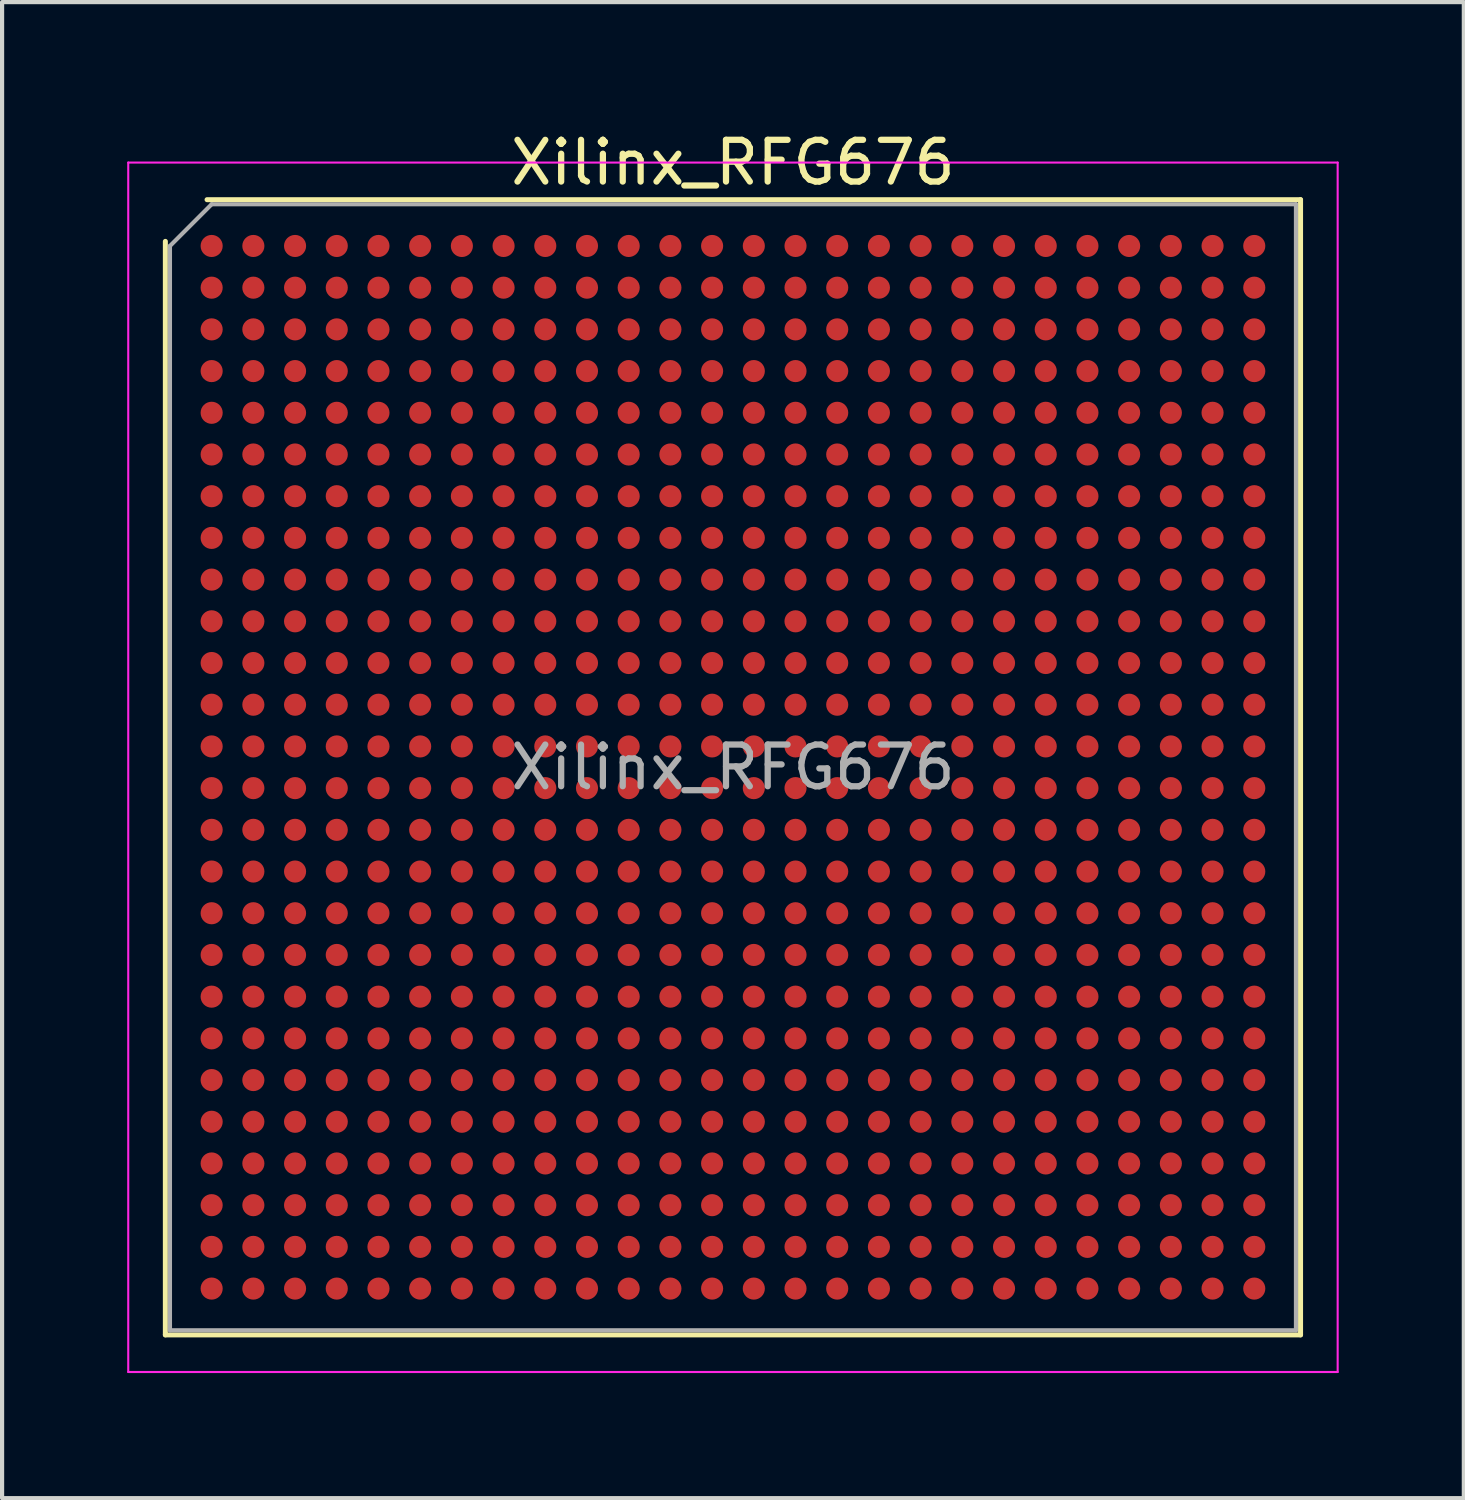
<source format=kicad_pcb>
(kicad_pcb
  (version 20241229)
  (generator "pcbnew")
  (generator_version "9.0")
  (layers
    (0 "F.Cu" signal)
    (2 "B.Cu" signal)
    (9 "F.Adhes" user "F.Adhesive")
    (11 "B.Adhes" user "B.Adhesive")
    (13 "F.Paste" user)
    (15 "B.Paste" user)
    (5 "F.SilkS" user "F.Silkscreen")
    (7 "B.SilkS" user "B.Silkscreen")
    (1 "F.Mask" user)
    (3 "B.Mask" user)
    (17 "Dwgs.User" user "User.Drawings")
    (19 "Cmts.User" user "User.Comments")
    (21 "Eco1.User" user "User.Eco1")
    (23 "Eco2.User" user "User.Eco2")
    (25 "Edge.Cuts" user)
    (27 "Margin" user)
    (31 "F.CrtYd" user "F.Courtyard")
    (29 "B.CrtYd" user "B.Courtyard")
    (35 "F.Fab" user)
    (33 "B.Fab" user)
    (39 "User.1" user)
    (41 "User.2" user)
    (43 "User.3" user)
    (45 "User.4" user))
  (footprint "Xilinx_RFG676"
    (layer "F.Cu")
    (at 14.525 15.348)
    (property "Reference" "Xilinx_RFG676" (at 0 -14.5 0) (layer "F.SilkS") (effects (font (size 1 1) (thickness 0.15))))
    (attr smd)
    (fp_line (start -13.61 13.61) (end -13.61 -12.61) (stroke (width 0.12) (type solid)) (layer "F.SilkS"))
    (fp_line (start -12.61 -13.61) (end 13.61 -13.61) (stroke (width 0.12) (type solid)) (layer "F.SilkS"))
    (fp_line (start 13.61 -13.61) (end 13.61 13.61) (stroke (width 0.12) (type solid)) (layer "F.SilkS"))
    (fp_line (start 13.61 13.61) (end -13.61 13.61) (stroke (width 0.12) (type solid)) (layer "F.SilkS"))
    (fp_line (start -14.5 -14.5) (end -14.5 14.5) (stroke (width 0.05) (type solid)) (layer "F.CrtYd"))
    (fp_line (start -14.5 14.5) (end 14.5 14.5) (stroke (width 0.05) (type solid)) (layer "F.CrtYd"))
    (fp_line (start 14.5 -14.5) (end -14.5 -14.5) (stroke (width 0.05) (type solid)) (layer "F.CrtYd"))
    (fp_line (start 14.5 14.5) (end 14.5 -14.5) (stroke (width 0.05) (type solid)) (layer "F.CrtYd"))
    (fp_line (start -13.5 -12.5) (end -12.5 -13.5) (stroke (width 0.1) (type solid)) (layer "F.Fab"))
    (fp_line (start -13.5 13.5) (end -13.5 -12.5) (stroke (width 0.1) (type solid)) (layer "F.Fab"))
    (fp_line (start -12.5 -13.5) (end 13.5 -13.5) (stroke (width 0.1) (type solid)) (layer "F.Fab"))
    (fp_line (start 13.5 -13.5) (end 13.5 13.5) (stroke (width 0.1) (type solid)) (layer "F.Fab"))
    (fp_line (start 13.5 13.5) (end -13.5 13.5) (stroke (width 0.1) (type solid)) (layer "F.Fab"))
    (fp_text user "${REFERENCE}" (at 0 0 0) (layer "F.Fab") (effects (font (size 1 1) (thickness 0.15))))
    (pad "A1" smd circle (at -12.5 -12.5) (size 0.53 0.53) (layers "F.Cu" "F.Mask" "F.Paste"))
    (pad "A2" smd circle (at -11.5 -12.5) (size 0.53 0.53) (layers "F.Cu" "F.Mask" "F.Paste"))
    (pad "A3" smd circle (at -10.5 -12.5) (size 0.53 0.53) (layers "F.Cu" "F.Mask" "F.Paste"))
    (pad "A4" smd circle (at -9.5 -12.5) (size 0.53 0.53) (layers "F.Cu" "F.Mask" "F.Paste"))
    (pad "A5" smd circle (at -8.5 -12.5) (size 0.53 0.53) (layers "F.Cu" "F.Mask" "F.Paste"))
    (pad "A6" smd circle (at -7.5 -12.5) (size 0.53 0.53) (layers "F.Cu" "F.Mask" "F.Paste"))
    (pad "A7" smd circle (at -6.5 -12.5) (size 0.53 0.53) (layers "F.Cu" "F.Mask" "F.Paste"))
    (pad "A8" smd circle (at -5.5 -12.5) (size 0.53 0.53) (layers "F.Cu" "F.Mask" "F.Paste"))
    (pad "A9" smd circle (at -4.5 -12.5) (size 0.53 0.53) (layers "F.Cu" "F.Mask" "F.Paste"))
    (pad "A10" smd circle (at -3.5 -12.5) (size 0.53 0.53) (layers "F.Cu" "F.Mask" "F.Paste"))
    (pad "A11" smd circle (at -2.5 -12.5) (size 0.53 0.53) (layers "F.Cu" "F.Mask" "F.Paste"))
    (pad "A12" smd circle (at -1.5 -12.5) (size 0.53 0.53) (layers "F.Cu" "F.Mask" "F.Paste"))
    (pad "A13" smd circle (at -0.5 -12.5) (size 0.53 0.53) (layers "F.Cu" "F.Mask" "F.Paste"))
    (pad "A14" smd circle (at 0.5 -12.5) (size 0.53 0.53) (layers "F.Cu" "F.Mask" "F.Paste"))
    (pad "A15" smd circle (at 1.5 -12.5) (size 0.53 0.53) (layers "F.Cu" "F.Mask" "F.Paste"))
    (pad "A16" smd circle (at 2.5 -12.5) (size 0.53 0.53) (layers "F.Cu" "F.Mask" "F.Paste"))
    (pad "A17" smd circle (at 3.5 -12.5) (size 0.53 0.53) (layers "F.Cu" "F.Mask" "F.Paste"))
    (pad "A18" smd circle (at 4.5 -12.5) (size 0.53 0.53) (layers "F.Cu" "F.Mask" "F.Paste"))
    (pad "A19" smd circle (at 5.5 -12.5) (size 0.53 0.53) (layers "F.Cu" "F.Mask" "F.Paste"))
    (pad "A20" smd circle (at 6.5 -12.5) (size 0.53 0.53) (layers "F.Cu" "F.Mask" "F.Paste"))
    (pad "A21" smd circle (at 7.5 -12.5) (size 0.53 0.53) (layers "F.Cu" "F.Mask" "F.Paste"))
    (pad "A22" smd circle (at 8.5 -12.5) (size 0.53 0.53) (layers "F.Cu" "F.Mask" "F.Paste"))
    (pad "A23" smd circle (at 9.5 -12.5) (size 0.53 0.53) (layers "F.Cu" "F.Mask" "F.Paste"))
    (pad "A24" smd circle (at 10.5 -12.5) (size 0.53 0.53) (layers "F.Cu" "F.Mask" "F.Paste"))
    (pad "A25" smd circle (at 11.5 -12.5) (size 0.53 0.53) (layers "F.Cu" "F.Mask" "F.Paste"))
    (pad "A26" smd circle (at 12.5 -12.5) (size 0.53 0.53) (layers "F.Cu" "F.Mask" "F.Paste"))
    (pad "AA1" smd circle (at -12.5 7.5) (size 0.53 0.53) (layers "F.Cu" "F.Mask" "F.Paste"))
    (pad "AA2" smd circle (at -11.5 7.5) (size 0.53 0.53) (layers "F.Cu" "F.Mask" "F.Paste"))
    (pad "AA3" smd circle (at -10.5 7.5) (size 0.53 0.53) (layers "F.Cu" "F.Mask" "F.Paste"))
    (pad "AA4" smd circle (at -9.5 7.5) (size 0.53 0.53) (layers "F.Cu" "F.Mask" "F.Paste"))
    (pad "AA5" smd circle (at -8.5 7.5) (size 0.53 0.53) (layers "F.Cu" "F.Mask" "F.Paste"))
    (pad "AA6" smd circle (at -7.5 7.5) (size 0.53 0.53) (layers "F.Cu" "F.Mask" "F.Paste"))
    (pad "AA7" smd circle (at -6.5 7.5) (size 0.53 0.53) (layers "F.Cu" "F.Mask" "F.Paste"))
    (pad "AA8" smd circle (at -5.5 7.5) (size 0.53 0.53) (layers "F.Cu" "F.Mask" "F.Paste"))
    (pad "AA9" smd circle (at -4.5 7.5) (size 0.53 0.53) (layers "F.Cu" "F.Mask" "F.Paste"))
    (pad "AA10" smd circle (at -3.5 7.5) (size 0.53 0.53) (layers "F.Cu" "F.Mask" "F.Paste"))
    (pad "AA11" smd circle (at -2.5 7.5) (size 0.53 0.53) (layers "F.Cu" "F.Mask" "F.Paste"))
    (pad "AA12" smd circle (at -1.5 7.5) (size 0.53 0.53) (layers "F.Cu" "F.Mask" "F.Paste"))
    (pad "AA13" smd circle (at -0.5 7.5) (size 0.53 0.53) (layers "F.Cu" "F.Mask" "F.Paste"))
    (pad "AA14" smd circle (at 0.5 7.5) (size 0.53 0.53) (layers "F.Cu" "F.Mask" "F.Paste"))
    (pad "AA15" smd circle (at 1.5 7.5) (size 0.53 0.53) (layers "F.Cu" "F.Mask" "F.Paste"))
    (pad "AA16" smd circle (at 2.5 7.5) (size 0.53 0.53) (layers "F.Cu" "F.Mask" "F.Paste"))
    (pad "AA17" smd circle (at 3.5 7.5) (size 0.53 0.53) (layers "F.Cu" "F.Mask" "F.Paste"))
    (pad "AA18" smd circle (at 4.5 7.5) (size 0.53 0.53) (layers "F.Cu" "F.Mask" "F.Paste"))
    (pad "AA19" smd circle (at 5.5 7.5) (size 0.53 0.53) (layers "F.Cu" "F.Mask" "F.Paste"))
    (pad "AA20" smd circle (at 6.5 7.5) (size 0.53 0.53) (layers "F.Cu" "F.Mask" "F.Paste"))
    (pad "AA21" smd circle (at 7.5 7.5) (size 0.53 0.53) (layers "F.Cu" "F.Mask" "F.Paste"))
    (pad "AA22" smd circle (at 8.5 7.5) (size 0.53 0.53) (layers "F.Cu" "F.Mask" "F.Paste"))
    (pad "AA23" smd circle (at 9.5 7.5) (size 0.53 0.53) (layers "F.Cu" "F.Mask" "F.Paste"))
    (pad "AA24" smd circle (at 10.5 7.5) (size 0.53 0.53) (layers "F.Cu" "F.Mask" "F.Paste"))
    (pad "AA25" smd circle (at 11.5 7.5) (size 0.53 0.53) (layers "F.Cu" "F.Mask" "F.Paste"))
    (pad "AA26" smd circle (at 12.5 7.5) (size 0.53 0.53) (layers "F.Cu" "F.Mask" "F.Paste"))
    (pad "AB1" smd circle (at -12.5 8.5) (size 0.53 0.53) (layers "F.Cu" "F.Mask" "F.Paste"))
    (pad "AB2" smd circle (at -11.5 8.5) (size 0.53 0.53) (layers "F.Cu" "F.Mask" "F.Paste"))
    (pad "AB3" smd circle (at -10.5 8.5) (size 0.53 0.53) (layers "F.Cu" "F.Mask" "F.Paste"))
    (pad "AB4" smd circle (at -9.5 8.5) (size 0.53 0.53) (layers "F.Cu" "F.Mask" "F.Paste"))
    (pad "AB5" smd circle (at -8.5 8.5) (size 0.53 0.53) (layers "F.Cu" "F.Mask" "F.Paste"))
    (pad "AB6" smd circle (at -7.5 8.5) (size 0.53 0.53) (layers "F.Cu" "F.Mask" "F.Paste"))
    (pad "AB7" smd circle (at -6.5 8.5) (size 0.53 0.53) (layers "F.Cu" "F.Mask" "F.Paste"))
    (pad "AB8" smd circle (at -5.5 8.5) (size 0.53 0.53) (layers "F.Cu" "F.Mask" "F.Paste"))
    (pad "AB9" smd circle (at -4.5 8.5) (size 0.53 0.53) (layers "F.Cu" "F.Mask" "F.Paste"))
    (pad "AB10" smd circle (at -3.5 8.5) (size 0.53 0.53) (layers "F.Cu" "F.Mask" "F.Paste"))
    (pad "AB11" smd circle (at -2.5 8.5) (size 0.53 0.53) (layers "F.Cu" "F.Mask" "F.Paste"))
    (pad "AB12" smd circle (at -1.5 8.5) (size 0.53 0.53) (layers "F.Cu" "F.Mask" "F.Paste"))
    (pad "AB13" smd circle (at -0.5 8.5) (size 0.53 0.53) (layers "F.Cu" "F.Mask" "F.Paste"))
    (pad "AB14" smd circle (at 0.5 8.5) (size 0.53 0.53) (layers "F.Cu" "F.Mask" "F.Paste"))
    (pad "AB15" smd circle (at 1.5 8.5) (size 0.53 0.53) (layers "F.Cu" "F.Mask" "F.Paste"))
    (pad "AB16" smd circle (at 2.5 8.5) (size 0.53 0.53) (layers "F.Cu" "F.Mask" "F.Paste"))
    (pad "AB17" smd circle (at 3.5 8.5) (size 0.53 0.53) (layers "F.Cu" "F.Mask" "F.Paste"))
    (pad "AB18" smd circle (at 4.5 8.5) (size 0.53 0.53) (layers "F.Cu" "F.Mask" "F.Paste"))
    (pad "AB19" smd circle (at 5.5 8.5) (size 0.53 0.53) (layers "F.Cu" "F.Mask" "F.Paste"))
    (pad "AB20" smd circle (at 6.5 8.5) (size 0.53 0.53) (layers "F.Cu" "F.Mask" "F.Paste"))
    (pad "AB21" smd circle (at 7.5 8.5) (size 0.53 0.53) (layers "F.Cu" "F.Mask" "F.Paste"))
    (pad "AB22" smd circle (at 8.5 8.5) (size 0.53 0.53) (layers "F.Cu" "F.Mask" "F.Paste"))
    (pad "AB23" smd circle (at 9.5 8.5) (size 0.53 0.53) (layers "F.Cu" "F.Mask" "F.Paste"))
    (pad "AB24" smd circle (at 10.5 8.5) (size 0.53 0.53) (layers "F.Cu" "F.Mask" "F.Paste"))
    (pad "AB25" smd circle (at 11.5 8.5) (size 0.53 0.53) (layers "F.Cu" "F.Mask" "F.Paste"))
    (pad "AB26" smd circle (at 12.5 8.5) (size 0.53 0.53) (layers "F.Cu" "F.Mask" "F.Paste"))
    (pad "AC1" smd circle (at -12.5 9.5) (size 0.53 0.53) (layers "F.Cu" "F.Mask" "F.Paste"))
    (pad "AC2" smd circle (at -11.5 9.5) (size 0.53 0.53) (layers "F.Cu" "F.Mask" "F.Paste"))
    (pad "AC3" smd circle (at -10.5 9.5) (size 0.53 0.53) (layers "F.Cu" "F.Mask" "F.Paste"))
    (pad "AC4" smd circle (at -9.5 9.5) (size 0.53 0.53) (layers "F.Cu" "F.Mask" "F.Paste"))
    (pad "AC5" smd circle (at -8.5 9.5) (size 0.53 0.53) (layers "F.Cu" "F.Mask" "F.Paste"))
    (pad "AC6" smd circle (at -7.5 9.5) (size 0.53 0.53) (layers "F.Cu" "F.Mask" "F.Paste"))
    (pad "AC7" smd circle (at -6.5 9.5) (size 0.53 0.53) (layers "F.Cu" "F.Mask" "F.Paste"))
    (pad "AC8" smd circle (at -5.5 9.5) (size 0.53 0.53) (layers "F.Cu" "F.Mask" "F.Paste"))
    (pad "AC9" smd circle (at -4.5 9.5) (size 0.53 0.53) (layers "F.Cu" "F.Mask" "F.Paste"))
    (pad "AC10" smd circle (at -3.5 9.5) (size 0.53 0.53) (layers "F.Cu" "F.Mask" "F.Paste"))
    (pad "AC11" smd circle (at -2.5 9.5) (size 0.53 0.53) (layers "F.Cu" "F.Mask" "F.Paste"))
    (pad "AC12" smd circle (at -1.5 9.5) (size 0.53 0.53) (layers "F.Cu" "F.Mask" "F.Paste"))
    (pad "AC13" smd circle (at -0.5 9.5) (size 0.53 0.53) (layers "F.Cu" "F.Mask" "F.Paste"))
    (pad "AC14" smd circle (at 0.5 9.5) (size 0.53 0.53) (layers "F.Cu" "F.Mask" "F.Paste"))
    (pad "AC15" smd circle (at 1.5 9.5) (size 0.53 0.53) (layers "F.Cu" "F.Mask" "F.Paste"))
    (pad "AC16" smd circle (at 2.5 9.5) (size 0.53 0.53) (layers "F.Cu" "F.Mask" "F.Paste"))
    (pad "AC17" smd circle (at 3.5 9.5) (size 0.53 0.53) (layers "F.Cu" "F.Mask" "F.Paste"))
    (pad "AC18" smd circle (at 4.5 9.5) (size 0.53 0.53) (layers "F.Cu" "F.Mask" "F.Paste"))
    (pad "AC19" smd circle (at 5.5 9.5) (size 0.53 0.53) (layers "F.Cu" "F.Mask" "F.Paste"))
    (pad "AC20" smd circle (at 6.5 9.5) (size 0.53 0.53) (layers "F.Cu" "F.Mask" "F.Paste"))
    (pad "AC21" smd circle (at 7.5 9.5) (size 0.53 0.53) (layers "F.Cu" "F.Mask" "F.Paste"))
    (pad "AC22" smd circle (at 8.5 9.5) (size 0.53 0.53) (layers "F.Cu" "F.Mask" "F.Paste"))
    (pad "AC23" smd circle (at 9.5 9.5) (size 0.53 0.53) (layers "F.Cu" "F.Mask" "F.Paste"))
    (pad "AC24" smd circle (at 10.5 9.5) (size 0.53 0.53) (layers "F.Cu" "F.Mask" "F.Paste"))
    (pad "AC25" smd circle (at 11.5 9.5) (size 0.53 0.53) (layers "F.Cu" "F.Mask" "F.Paste"))
    (pad "AC26" smd circle (at 12.5 9.5) (size 0.53 0.53) (layers "F.Cu" "F.Mask" "F.Paste"))
    (pad "AD1" smd circle (at -12.5 10.5) (size 0.53 0.53) (layers "F.Cu" "F.Mask" "F.Paste"))
    (pad "AD2" smd circle (at -11.5 10.5) (size 0.53 0.53) (layers "F.Cu" "F.Mask" "F.Paste"))
    (pad "AD3" smd circle (at -10.5 10.5) (size 0.53 0.53) (layers "F.Cu" "F.Mask" "F.Paste"))
    (pad "AD4" smd circle (at -9.5 10.5) (size 0.53 0.53) (layers "F.Cu" "F.Mask" "F.Paste"))
    (pad "AD5" smd circle (at -8.5 10.5) (size 0.53 0.53) (layers "F.Cu" "F.Mask" "F.Paste"))
    (pad "AD6" smd circle (at -7.5 10.5) (size 0.53 0.53) (layers "F.Cu" "F.Mask" "F.Paste"))
    (pad "AD7" smd circle (at -6.5 10.5) (size 0.53 0.53) (layers "F.Cu" "F.Mask" "F.Paste"))
    (pad "AD8" smd circle (at -5.5 10.5) (size 0.53 0.53) (layers "F.Cu" "F.Mask" "F.Paste"))
    (pad "AD9" smd circle (at -4.5 10.5) (size 0.53 0.53) (layers "F.Cu" "F.Mask" "F.Paste"))
    (pad "AD10" smd circle (at -3.5 10.5) (size 0.53 0.53) (layers "F.Cu" "F.Mask" "F.Paste"))
    (pad "AD11" smd circle (at -2.5 10.5) (size 0.53 0.53) (layers "F.Cu" "F.Mask" "F.Paste"))
    (pad "AD12" smd circle (at -1.5 10.5) (size 0.53 0.53) (layers "F.Cu" "F.Mask" "F.Paste"))
    (pad "AD13" smd circle (at -0.5 10.5) (size 0.53 0.53) (layers "F.Cu" "F.Mask" "F.Paste"))
    (pad "AD14" smd circle (at 0.5 10.5) (size 0.53 0.53) (layers "F.Cu" "F.Mask" "F.Paste"))
    (pad "AD15" smd circle (at 1.5 10.5) (size 0.53 0.53) (layers "F.Cu" "F.Mask" "F.Paste"))
    (pad "AD16" smd circle (at 2.5 10.5) (size 0.53 0.53) (layers "F.Cu" "F.Mask" "F.Paste"))
    (pad "AD17" smd circle (at 3.5 10.5) (size 0.53 0.53) (layers "F.Cu" "F.Mask" "F.Paste"))
    (pad "AD18" smd circle (at 4.5 10.5) (size 0.53 0.53) (layers "F.Cu" "F.Mask" "F.Paste"))
    (pad "AD19" smd circle (at 5.5 10.5) (size 0.53 0.53) (layers "F.Cu" "F.Mask" "F.Paste"))
    (pad "AD20" smd circle (at 6.5 10.5) (size 0.53 0.53) (layers "F.Cu" "F.Mask" "F.Paste"))
    (pad "AD21" smd circle (at 7.5 10.5) (size 0.53 0.53) (layers "F.Cu" "F.Mask" "F.Paste"))
    (pad "AD22" smd circle (at 8.5 10.5) (size 0.53 0.53) (layers "F.Cu" "F.Mask" "F.Paste"))
    (pad "AD23" smd circle (at 9.5 10.5) (size 0.53 0.53) (layers "F.Cu" "F.Mask" "F.Paste"))
    (pad "AD24" smd circle (at 10.5 10.5) (size 0.53 0.53) (layers "F.Cu" "F.Mask" "F.Paste"))
    (pad "AD25" smd circle (at 11.5 10.5) (size 0.53 0.53) (layers "F.Cu" "F.Mask" "F.Paste"))
    (pad "AD26" smd circle (at 12.5 10.5) (size 0.53 0.53) (layers "F.Cu" "F.Mask" "F.Paste"))
    (pad "AE1" smd circle (at -12.5 11.5) (size 0.53 0.53) (layers "F.Cu" "F.Mask" "F.Paste"))
    (pad "AE2" smd circle (at -11.5 11.5) (size 0.53 0.53) (layers "F.Cu" "F.Mask" "F.Paste"))
    (pad "AE3" smd circle (at -10.5 11.5) (size 0.53 0.53) (layers "F.Cu" "F.Mask" "F.Paste"))
    (pad "AE4" smd circle (at -9.5 11.5) (size 0.53 0.53) (layers "F.Cu" "F.Mask" "F.Paste"))
    (pad "AE5" smd circle (at -8.5 11.5) (size 0.53 0.53) (layers "F.Cu" "F.Mask" "F.Paste"))
    (pad "AE6" smd circle (at -7.5 11.5) (size 0.53 0.53) (layers "F.Cu" "F.Mask" "F.Paste"))
    (pad "AE7" smd circle (at -6.5 11.5) (size 0.53 0.53) (layers "F.Cu" "F.Mask" "F.Paste"))
    (pad "AE8" smd circle (at -5.5 11.5) (size 0.53 0.53) (layers "F.Cu" "F.Mask" "F.Paste"))
    (pad "AE9" smd circle (at -4.5 11.5) (size 0.53 0.53) (layers "F.Cu" "F.Mask" "F.Paste"))
    (pad "AE10" smd circle (at -3.5 11.5) (size 0.53 0.53) (layers "F.Cu" "F.Mask" "F.Paste"))
    (pad "AE11" smd circle (at -2.5 11.5) (size 0.53 0.53) (layers "F.Cu" "F.Mask" "F.Paste"))
    (pad "AE12" smd circle (at -1.5 11.5) (size 0.53 0.53) (layers "F.Cu" "F.Mask" "F.Paste"))
    (pad "AE13" smd circle (at -0.5 11.5) (size 0.53 0.53) (layers "F.Cu" "F.Mask" "F.Paste"))
    (pad "AE14" smd circle (at 0.5 11.5) (size 0.53 0.53) (layers "F.Cu" "F.Mask" "F.Paste"))
    (pad "AE15" smd circle (at 1.5 11.5) (size 0.53 0.53) (layers "F.Cu" "F.Mask" "F.Paste"))
    (pad "AE16" smd circle (at 2.5 11.5) (size 0.53 0.53) (layers "F.Cu" "F.Mask" "F.Paste"))
    (pad "AE17" smd circle (at 3.5 11.5) (size 0.53 0.53) (layers "F.Cu" "F.Mask" "F.Paste"))
    (pad "AE18" smd circle (at 4.5 11.5) (size 0.53 0.53) (layers "F.Cu" "F.Mask" "F.Paste"))
    (pad "AE19" smd circle (at 5.5 11.5) (size 0.53 0.53) (layers "F.Cu" "F.Mask" "F.Paste"))
    (pad "AE20" smd circle (at 6.5 11.5) (size 0.53 0.53) (layers "F.Cu" "F.Mask" "F.Paste"))
    (pad "AE21" smd circle (at 7.5 11.5) (size 0.53 0.53) (layers "F.Cu" "F.Mask" "F.Paste"))
    (pad "AE22" smd circle (at 8.5 11.5) (size 0.53 0.53) (layers "F.Cu" "F.Mask" "F.Paste"))
    (pad "AE23" smd circle (at 9.5 11.5) (size 0.53 0.53) (layers "F.Cu" "F.Mask" "F.Paste"))
    (pad "AE24" smd circle (at 10.5 11.5) (size 0.53 0.53) (layers "F.Cu" "F.Mask" "F.Paste"))
    (pad "AE25" smd circle (at 11.5 11.5) (size 0.53 0.53) (layers "F.Cu" "F.Mask" "F.Paste"))
    (pad "AE26" smd circle (at 12.5 11.5) (size 0.53 0.53) (layers "F.Cu" "F.Mask" "F.Paste"))
    (pad "AF1" smd circle (at -12.5 12.5) (size 0.53 0.53) (layers "F.Cu" "F.Mask" "F.Paste"))
    (pad "AF2" smd circle (at -11.5 12.5) (size 0.53 0.53) (layers "F.Cu" "F.Mask" "F.Paste"))
    (pad "AF3" smd circle (at -10.5 12.5) (size 0.53 0.53) (layers "F.Cu" "F.Mask" "F.Paste"))
    (pad "AF4" smd circle (at -9.5 12.5) (size 0.53 0.53) (layers "F.Cu" "F.Mask" "F.Paste"))
    (pad "AF5" smd circle (at -8.5 12.5) (size 0.53 0.53) (layers "F.Cu" "F.Mask" "F.Paste"))
    (pad "AF6" smd circle (at -7.5 12.5) (size 0.53 0.53) (layers "F.Cu" "F.Mask" "F.Paste"))
    (pad "AF7" smd circle (at -6.5 12.5) (size 0.53 0.53) (layers "F.Cu" "F.Mask" "F.Paste"))
    (pad "AF8" smd circle (at -5.5 12.5) (size 0.53 0.53) (layers "F.Cu" "F.Mask" "F.Paste"))
    (pad "AF9" smd circle (at -4.5 12.5) (size 0.53 0.53) (layers "F.Cu" "F.Mask" "F.Paste"))
    (pad "AF10" smd circle (at -3.5 12.5) (size 0.53 0.53) (layers "F.Cu" "F.Mask" "F.Paste"))
    (pad "AF11" smd circle (at -2.5 12.5) (size 0.53 0.53) (layers "F.Cu" "F.Mask" "F.Paste"))
    (pad "AF12" smd circle (at -1.5 12.5) (size 0.53 0.53) (layers "F.Cu" "F.Mask" "F.Paste"))
    (pad "AF13" smd circle (at -0.5 12.5) (size 0.53 0.53) (layers "F.Cu" "F.Mask" "F.Paste"))
    (pad "AF14" smd circle (at 0.5 12.5) (size 0.53 0.53) (layers "F.Cu" "F.Mask" "F.Paste"))
    (pad "AF15" smd circle (at 1.5 12.5) (size 0.53 0.53) (layers "F.Cu" "F.Mask" "F.Paste"))
    (pad "AF16" smd circle (at 2.5 12.5) (size 0.53 0.53) (layers "F.Cu" "F.Mask" "F.Paste"))
    (pad "AF17" smd circle (at 3.5 12.5) (size 0.53 0.53) (layers "F.Cu" "F.Mask" "F.Paste"))
    (pad "AF18" smd circle (at 4.5 12.5) (size 0.53 0.53) (layers "F.Cu" "F.Mask" "F.Paste"))
    (pad "AF19" smd circle (at 5.5 12.5) (size 0.53 0.53) (layers "F.Cu" "F.Mask" "F.Paste"))
    (pad "AF20" smd circle (at 6.5 12.5) (size 0.53 0.53) (layers "F.Cu" "F.Mask" "F.Paste"))
    (pad "AF21" smd circle (at 7.5 12.5) (size 0.53 0.53) (layers "F.Cu" "F.Mask" "F.Paste"))
    (pad "AF22" smd circle (at 8.5 12.5) (size 0.53 0.53) (layers "F.Cu" "F.Mask" "F.Paste"))
    (pad "AF23" smd circle (at 9.5 12.5) (size 0.53 0.53) (layers "F.Cu" "F.Mask" "F.Paste"))
    (pad "AF24" smd circle (at 10.5 12.5) (size 0.53 0.53) (layers "F.Cu" "F.Mask" "F.Paste"))
    (pad "AF25" smd circle (at 11.5 12.5) (size 0.53 0.53) (layers "F.Cu" "F.Mask" "F.Paste"))
    (pad "AF26" smd circle (at 12.5 12.5) (size 0.53 0.53) (layers "F.Cu" "F.Mask" "F.Paste"))
    (pad "B1" smd circle (at -12.5 -11.5) (size 0.53 0.53) (layers "F.Cu" "F.Mask" "F.Paste"))
    (pad "B2" smd circle (at -11.5 -11.5) (size 0.53 0.53) (layers "F.Cu" "F.Mask" "F.Paste"))
    (pad "B3" smd circle (at -10.5 -11.5) (size 0.53 0.53) (layers "F.Cu" "F.Mask" "F.Paste"))
    (pad "B4" smd circle (at -9.5 -11.5) (size 0.53 0.53) (layers "F.Cu" "F.Mask" "F.Paste"))
    (pad "B5" smd circle (at -8.5 -11.5) (size 0.53 0.53) (layers "F.Cu" "F.Mask" "F.Paste"))
    (pad "B6" smd circle (at -7.5 -11.5) (size 0.53 0.53) (layers "F.Cu" "F.Mask" "F.Paste"))
    (pad "B7" smd circle (at -6.5 -11.5) (size 0.53 0.53) (layers "F.Cu" "F.Mask" "F.Paste"))
    (pad "B8" smd circle (at -5.5 -11.5) (size 0.53 0.53) (layers "F.Cu" "F.Mask" "F.Paste"))
    (pad "B9" smd circle (at -4.5 -11.5) (size 0.53 0.53) (layers "F.Cu" "F.Mask" "F.Paste"))
    (pad "B10" smd circle (at -3.5 -11.5) (size 0.53 0.53) (layers "F.Cu" "F.Mask" "F.Paste"))
    (pad "B11" smd circle (at -2.5 -11.5) (size 0.53 0.53) (layers "F.Cu" "F.Mask" "F.Paste"))
    (pad "B12" smd circle (at -1.5 -11.5) (size 0.53 0.53) (layers "F.Cu" "F.Mask" "F.Paste"))
    (pad "B13" smd circle (at -0.5 -11.5) (size 0.53 0.53) (layers "F.Cu" "F.Mask" "F.Paste"))
    (pad "B14" smd circle (at 0.5 -11.5) (size 0.53 0.53) (layers "F.Cu" "F.Mask" "F.Paste"))
    (pad "B15" smd circle (at 1.5 -11.5) (size 0.53 0.53) (layers "F.Cu" "F.Mask" "F.Paste"))
    (pad "B16" smd circle (at 2.5 -11.5) (size 0.53 0.53) (layers "F.Cu" "F.Mask" "F.Paste"))
    (pad "B17" smd circle (at 3.5 -11.5) (size 0.53 0.53) (layers "F.Cu" "F.Mask" "F.Paste"))
    (pad "B18" smd circle (at 4.5 -11.5) (size 0.53 0.53) (layers "F.Cu" "F.Mask" "F.Paste"))
    (pad "B19" smd circle (at 5.5 -11.5) (size 0.53 0.53) (layers "F.Cu" "F.Mask" "F.Paste"))
    (pad "B20" smd circle (at 6.5 -11.5) (size 0.53 0.53) (layers "F.Cu" "F.Mask" "F.Paste"))
    (pad "B21" smd circle (at 7.5 -11.5) (size 0.53 0.53) (layers "F.Cu" "F.Mask" "F.Paste"))
    (pad "B22" smd circle (at 8.5 -11.5) (size 0.53 0.53) (layers "F.Cu" "F.Mask" "F.Paste"))
    (pad "B23" smd circle (at 9.5 -11.5) (size 0.53 0.53) (layers "F.Cu" "F.Mask" "F.Paste"))
    (pad "B24" smd circle (at 10.5 -11.5) (size 0.53 0.53) (layers "F.Cu" "F.Mask" "F.Paste"))
    (pad "B25" smd circle (at 11.5 -11.5) (size 0.53 0.53) (layers "F.Cu" "F.Mask" "F.Paste"))
    (pad "B26" smd circle (at 12.5 -11.5) (size 0.53 0.53) (layers "F.Cu" "F.Mask" "F.Paste"))
    (pad "C1" smd circle (at -12.5 -10.5) (size 0.53 0.53) (layers "F.Cu" "F.Mask" "F.Paste"))
    (pad "C2" smd circle (at -11.5 -10.5) (size 0.53 0.53) (layers "F.Cu" "F.Mask" "F.Paste"))
    (pad "C3" smd circle (at -10.5 -10.5) (size 0.53 0.53) (layers "F.Cu" "F.Mask" "F.Paste"))
    (pad "C4" smd circle (at -9.5 -10.5) (size 0.53 0.53) (layers "F.Cu" "F.Mask" "F.Paste"))
    (pad "C5" smd circle (at -8.5 -10.5) (size 0.53 0.53) (layers "F.Cu" "F.Mask" "F.Paste"))
    (pad "C6" smd circle (at -7.5 -10.5) (size 0.53 0.53) (layers "F.Cu" "F.Mask" "F.Paste"))
    (pad "C7" smd circle (at -6.5 -10.5) (size 0.53 0.53) (layers "F.Cu" "F.Mask" "F.Paste"))
    (pad "C8" smd circle (at -5.5 -10.5) (size 0.53 0.53) (layers "F.Cu" "F.Mask" "F.Paste"))
    (pad "C9" smd circle (at -4.5 -10.5) (size 0.53 0.53) (layers "F.Cu" "F.Mask" "F.Paste"))
    (pad "C10" smd circle (at -3.5 -10.5) (size 0.53 0.53) (layers "F.Cu" "F.Mask" "F.Paste"))
    (pad "C11" smd circle (at -2.5 -10.5) (size 0.53 0.53) (layers "F.Cu" "F.Mask" "F.Paste"))
    (pad "C12" smd circle (at -1.5 -10.5) (size 0.53 0.53) (layers "F.Cu" "F.Mask" "F.Paste"))
    (pad "C13" smd circle (at -0.5 -10.5) (size 0.53 0.53) (layers "F.Cu" "F.Mask" "F.Paste"))
    (pad "C14" smd circle (at 0.5 -10.5) (size 0.53 0.53) (layers "F.Cu" "F.Mask" "F.Paste"))
    (pad "C15" smd circle (at 1.5 -10.5) (size 0.53 0.53) (layers "F.Cu" "F.Mask" "F.Paste"))
    (pad "C16" smd circle (at 2.5 -10.5) (size 0.53 0.53) (layers "F.Cu" "F.Mask" "F.Paste"))
    (pad "C17" smd circle (at 3.5 -10.5) (size 0.53 0.53) (layers "F.Cu" "F.Mask" "F.Paste"))
    (pad "C18" smd circle (at 4.5 -10.5) (size 0.53 0.53) (layers "F.Cu" "F.Mask" "F.Paste"))
    (pad "C19" smd circle (at 5.5 -10.5) (size 0.53 0.53) (layers "F.Cu" "F.Mask" "F.Paste"))
    (pad "C20" smd circle (at 6.5 -10.5) (size 0.53 0.53) (layers "F.Cu" "F.Mask" "F.Paste"))
    (pad "C21" smd circle (at 7.5 -10.5) (size 0.53 0.53) (layers "F.Cu" "F.Mask" "F.Paste"))
    (pad "C22" smd circle (at 8.5 -10.5) (size 0.53 0.53) (layers "F.Cu" "F.Mask" "F.Paste"))
    (pad "C23" smd circle (at 9.5 -10.5) (size 0.53 0.53) (layers "F.Cu" "F.Mask" "F.Paste"))
    (pad "C24" smd circle (at 10.5 -10.5) (size 0.53 0.53) (layers "F.Cu" "F.Mask" "F.Paste"))
    (pad "C25" smd circle (at 11.5 -10.5) (size 0.53 0.53) (layers "F.Cu" "F.Mask" "F.Paste"))
    (pad "C26" smd circle (at 12.5 -10.5) (size 0.53 0.53) (layers "F.Cu" "F.Mask" "F.Paste"))
    (pad "D1" smd circle (at -12.5 -9.5) (size 0.53 0.53) (layers "F.Cu" "F.Mask" "F.Paste"))
    (pad "D2" smd circle (at -11.5 -9.5) (size 0.53 0.53) (layers "F.Cu" "F.Mask" "F.Paste"))
    (pad "D3" smd circle (at -10.5 -9.5) (size 0.53 0.53) (layers "F.Cu" "F.Mask" "F.Paste"))
    (pad "D4" smd circle (at -9.5 -9.5) (size 0.53 0.53) (layers "F.Cu" "F.Mask" "F.Paste"))
    (pad "D5" smd circle (at -8.5 -9.5) (size 0.53 0.53) (layers "F.Cu" "F.Mask" "F.Paste"))
    (pad "D6" smd circle (at -7.5 -9.5) (size 0.53 0.53) (layers "F.Cu" "F.Mask" "F.Paste"))
    (pad "D7" smd circle (at -6.5 -9.5) (size 0.53 0.53) (layers "F.Cu" "F.Mask" "F.Paste"))
    (pad "D8" smd circle (at -5.5 -9.5) (size 0.53 0.53) (layers "F.Cu" "F.Mask" "F.Paste"))
    (pad "D9" smd circle (at -4.5 -9.5) (size 0.53 0.53) (layers "F.Cu" "F.Mask" "F.Paste"))
    (pad "D10" smd circle (at -3.5 -9.5) (size 0.53 0.53) (layers "F.Cu" "F.Mask" "F.Paste"))
    (pad "D11" smd circle (at -2.5 -9.5) (size 0.53 0.53) (layers "F.Cu" "F.Mask" "F.Paste"))
    (pad "D12" smd circle (at -1.5 -9.5) (size 0.53 0.53) (layers "F.Cu" "F.Mask" "F.Paste"))
    (pad "D13" smd circle (at -0.5 -9.5) (size 0.53 0.53) (layers "F.Cu" "F.Mask" "F.Paste"))
    (pad "D14" smd circle (at 0.5 -9.5) (size 0.53 0.53) (layers "F.Cu" "F.Mask" "F.Paste"))
    (pad "D15" smd circle (at 1.5 -9.5) (size 0.53 0.53) (layers "F.Cu" "F.Mask" "F.Paste"))
    (pad "D16" smd circle (at 2.5 -9.5) (size 0.53 0.53) (layers "F.Cu" "F.Mask" "F.Paste"))
    (pad "D17" smd circle (at 3.5 -9.5) (size 0.53 0.53) (layers "F.Cu" "F.Mask" "F.Paste"))
    (pad "D18" smd circle (at 4.5 -9.5) (size 0.53 0.53) (layers "F.Cu" "F.Mask" "F.Paste"))
    (pad "D19" smd circle (at 5.5 -9.5) (size 0.53 0.53) (layers "F.Cu" "F.Mask" "F.Paste"))
    (pad "D20" smd circle (at 6.5 -9.5) (size 0.53 0.53) (layers "F.Cu" "F.Mask" "F.Paste"))
    (pad "D21" smd circle (at 7.5 -9.5) (size 0.53 0.53) (layers "F.Cu" "F.Mask" "F.Paste"))
    (pad "D22" smd circle (at 8.5 -9.5) (size 0.53 0.53) (layers "F.Cu" "F.Mask" "F.Paste"))
    (pad "D23" smd circle (at 9.5 -9.5) (size 0.53 0.53) (layers "F.Cu" "F.Mask" "F.Paste"))
    (pad "D24" smd circle (at 10.5 -9.5) (size 0.53 0.53) (layers "F.Cu" "F.Mask" "F.Paste"))
    (pad "D25" smd circle (at 11.5 -9.5) (size 0.53 0.53) (layers "F.Cu" "F.Mask" "F.Paste"))
    (pad "D26" smd circle (at 12.5 -9.5) (size 0.53 0.53) (layers "F.Cu" "F.Mask" "F.Paste"))
    (pad "E1" smd circle (at -12.5 -8.5) (size 0.53 0.53) (layers "F.Cu" "F.Mask" "F.Paste"))
    (pad "E2" smd circle (at -11.5 -8.5) (size 0.53 0.53) (layers "F.Cu" "F.Mask" "F.Paste"))
    (pad "E3" smd circle (at -10.5 -8.5) (size 0.53 0.53) (layers "F.Cu" "F.Mask" "F.Paste"))
    (pad "E4" smd circle (at -9.5 -8.5) (size 0.53 0.53) (layers "F.Cu" "F.Mask" "F.Paste"))
    (pad "E5" smd circle (at -8.5 -8.5) (size 0.53 0.53) (layers "F.Cu" "F.Mask" "F.Paste"))
    (pad "E6" smd circle (at -7.5 -8.5) (size 0.53 0.53) (layers "F.Cu" "F.Mask" "F.Paste"))
    (pad "E7" smd circle (at -6.5 -8.5) (size 0.53 0.53) (layers "F.Cu" "F.Mask" "F.Paste"))
    (pad "E8" smd circle (at -5.5 -8.5) (size 0.53 0.53) (layers "F.Cu" "F.Mask" "F.Paste"))
    (pad "E9" smd circle (at -4.5 -8.5) (size 0.53 0.53) (layers "F.Cu" "F.Mask" "F.Paste"))
    (pad "E10" smd circle (at -3.5 -8.5) (size 0.53 0.53) (layers "F.Cu" "F.Mask" "F.Paste"))
    (pad "E11" smd circle (at -2.5 -8.5) (size 0.53 0.53) (layers "F.Cu" "F.Mask" "F.Paste"))
    (pad "E12" smd circle (at -1.5 -8.5) (size 0.53 0.53) (layers "F.Cu" "F.Mask" "F.Paste"))
    (pad "E13" smd circle (at -0.5 -8.5) (size 0.53 0.53) (layers "F.Cu" "F.Mask" "F.Paste"))
    (pad "E14" smd circle (at 0.5 -8.5) (size 0.53 0.53) (layers "F.Cu" "F.Mask" "F.Paste"))
    (pad "E15" smd circle (at 1.5 -8.5) (size 0.53 0.53) (layers "F.Cu" "F.Mask" "F.Paste"))
    (pad "E16" smd circle (at 2.5 -8.5) (size 0.53 0.53) (layers "F.Cu" "F.Mask" "F.Paste"))
    (pad "E17" smd circle (at 3.5 -8.5) (size 0.53 0.53) (layers "F.Cu" "F.Mask" "F.Paste"))
    (pad "E18" smd circle (at 4.5 -8.5) (size 0.53 0.53) (layers "F.Cu" "F.Mask" "F.Paste"))
    (pad "E19" smd circle (at 5.5 -8.5) (size 0.53 0.53) (layers "F.Cu" "F.Mask" "F.Paste"))
    (pad "E20" smd circle (at 6.5 -8.5) (size 0.53 0.53) (layers "F.Cu" "F.Mask" "F.Paste"))
    (pad "E21" smd circle (at 7.5 -8.5) (size 0.53 0.53) (layers "F.Cu" "F.Mask" "F.Paste"))
    (pad "E22" smd circle (at 8.5 -8.5) (size 0.53 0.53) (layers "F.Cu" "F.Mask" "F.Paste"))
    (pad "E23" smd circle (at 9.5 -8.5) (size 0.53 0.53) (layers "F.Cu" "F.Mask" "F.Paste"))
    (pad "E24" smd circle (at 10.5 -8.5) (size 0.53 0.53) (layers "F.Cu" "F.Mask" "F.Paste"))
    (pad "E25" smd circle (at 11.5 -8.5) (size 0.53 0.53) (layers "F.Cu" "F.Mask" "F.Paste"))
    (pad "E26" smd circle (at 12.5 -8.5) (size 0.53 0.53) (layers "F.Cu" "F.Mask" "F.Paste"))
    (pad "F1" smd circle (at -12.5 -7.5) (size 0.53 0.53) (layers "F.Cu" "F.Mask" "F.Paste"))
    (pad "F2" smd circle (at -11.5 -7.5) (size 0.53 0.53) (layers "F.Cu" "F.Mask" "F.Paste"))
    (pad "F3" smd circle (at -10.5 -7.5) (size 0.53 0.53) (layers "F.Cu" "F.Mask" "F.Paste"))
    (pad "F4" smd circle (at -9.5 -7.5) (size 0.53 0.53) (layers "F.Cu" "F.Mask" "F.Paste"))
    (pad "F5" smd circle (at -8.5 -7.5) (size 0.53 0.53) (layers "F.Cu" "F.Mask" "F.Paste"))
    (pad "F6" smd circle (at -7.5 -7.5) (size 0.53 0.53) (layers "F.Cu" "F.Mask" "F.Paste"))
    (pad "F7" smd circle (at -6.5 -7.5) (size 0.53 0.53) (layers "F.Cu" "F.Mask" "F.Paste"))
    (pad "F8" smd circle (at -5.5 -7.5) (size 0.53 0.53) (layers "F.Cu" "F.Mask" "F.Paste"))
    (pad "F9" smd circle (at -4.5 -7.5) (size 0.53 0.53) (layers "F.Cu" "F.Mask" "F.Paste"))
    (pad "F10" smd circle (at -3.5 -7.5) (size 0.53 0.53) (layers "F.Cu" "F.Mask" "F.Paste"))
    (pad "F11" smd circle (at -2.5 -7.5) (size 0.53 0.53) (layers "F.Cu" "F.Mask" "F.Paste"))
    (pad "F12" smd circle (at -1.5 -7.5) (size 0.53 0.53) (layers "F.Cu" "F.Mask" "F.Paste"))
    (pad "F13" smd circle (at -0.5 -7.5) (size 0.53 0.53) (layers "F.Cu" "F.Mask" "F.Paste"))
    (pad "F14" smd circle (at 0.5 -7.5) (size 0.53 0.53) (layers "F.Cu" "F.Mask" "F.Paste"))
    (pad "F15" smd circle (at 1.5 -7.5) (size 0.53 0.53) (layers "F.Cu" "F.Mask" "F.Paste"))
    (pad "F16" smd circle (at 2.5 -7.5) (size 0.53 0.53) (layers "F.Cu" "F.Mask" "F.Paste"))
    (pad "F17" smd circle (at 3.5 -7.5) (size 0.53 0.53) (layers "F.Cu" "F.Mask" "F.Paste"))
    (pad "F18" smd circle (at 4.5 -7.5) (size 0.53 0.53) (layers "F.Cu" "F.Mask" "F.Paste"))
    (pad "F19" smd circle (at 5.5 -7.5) (size 0.53 0.53) (layers "F.Cu" "F.Mask" "F.Paste"))
    (pad "F20" smd circle (at 6.5 -7.5) (size 0.53 0.53) (layers "F.Cu" "F.Mask" "F.Paste"))
    (pad "F21" smd circle (at 7.5 -7.5) (size 0.53 0.53) (layers "F.Cu" "F.Mask" "F.Paste"))
    (pad "F22" smd circle (at 8.5 -7.5) (size 0.53 0.53) (layers "F.Cu" "F.Mask" "F.Paste"))
    (pad "F23" smd circle (at 9.5 -7.5) (size 0.53 0.53) (layers "F.Cu" "F.Mask" "F.Paste"))
    (pad "F24" smd circle (at 10.5 -7.5) (size 0.53 0.53) (layers "F.Cu" "F.Mask" "F.Paste"))
    (pad "F25" smd circle (at 11.5 -7.5) (size 0.53 0.53) (layers "F.Cu" "F.Mask" "F.Paste"))
    (pad "F26" smd circle (at 12.5 -7.5) (size 0.53 0.53) (layers "F.Cu" "F.Mask" "F.Paste"))
    (pad "G1" smd circle (at -12.5 -6.5) (size 0.53 0.53) (layers "F.Cu" "F.Mask" "F.Paste"))
    (pad "G2" smd circle (at -11.5 -6.5) (size 0.53 0.53) (layers "F.Cu" "F.Mask" "F.Paste"))
    (pad "G3" smd circle (at -10.5 -6.5) (size 0.53 0.53) (layers "F.Cu" "F.Mask" "F.Paste"))
    (pad "G4" smd circle (at -9.5 -6.5) (size 0.53 0.53) (layers "F.Cu" "F.Mask" "F.Paste"))
    (pad "G5" smd circle (at -8.5 -6.5) (size 0.53 0.53) (layers "F.Cu" "F.Mask" "F.Paste"))
    (pad "G6" smd circle (at -7.5 -6.5) (size 0.53 0.53) (layers "F.Cu" "F.Mask" "F.Paste"))
    (pad "G7" smd circle (at -6.5 -6.5) (size 0.53 0.53) (layers "F.Cu" "F.Mask" "F.Paste"))
    (pad "G8" smd circle (at -5.5 -6.5) (size 0.53 0.53) (layers "F.Cu" "F.Mask" "F.Paste"))
    (pad "G9" smd circle (at -4.5 -6.5) (size 0.53 0.53) (layers "F.Cu" "F.Mask" "F.Paste"))
    (pad "G10" smd circle (at -3.5 -6.5) (size 0.53 0.53) (layers "F.Cu" "F.Mask" "F.Paste"))
    (pad "G11" smd circle (at -2.5 -6.5) (size 0.53 0.53) (layers "F.Cu" "F.Mask" "F.Paste"))
    (pad "G12" smd circle (at -1.5 -6.5) (size 0.53 0.53) (layers "F.Cu" "F.Mask" "F.Paste"))
    (pad "G13" smd circle (at -0.5 -6.5) (size 0.53 0.53) (layers "F.Cu" "F.Mask" "F.Paste"))
    (pad "G14" smd circle (at 0.5 -6.5) (size 0.53 0.53) (layers "F.Cu" "F.Mask" "F.Paste"))
    (pad "G15" smd circle (at 1.5 -6.5) (size 0.53 0.53) (layers "F.Cu" "F.Mask" "F.Paste"))
    (pad "G16" smd circle (at 2.5 -6.5) (size 0.53 0.53) (layers "F.Cu" "F.Mask" "F.Paste"))
    (pad "G17" smd circle (at 3.5 -6.5) (size 0.53 0.53) (layers "F.Cu" "F.Mask" "F.Paste"))
    (pad "G18" smd circle (at 4.5 -6.5) (size 0.53 0.53) (layers "F.Cu" "F.Mask" "F.Paste"))
    (pad "G19" smd circle (at 5.5 -6.5) (size 0.53 0.53) (layers "F.Cu" "F.Mask" "F.Paste"))
    (pad "G20" smd circle (at 6.5 -6.5) (size 0.53 0.53) (layers "F.Cu" "F.Mask" "F.Paste"))
    (pad "G21" smd circle (at 7.5 -6.5) (size 0.53 0.53) (layers "F.Cu" "F.Mask" "F.Paste"))
    (pad "G22" smd circle (at 8.5 -6.5) (size 0.53 0.53) (layers "F.Cu" "F.Mask" "F.Paste"))
    (pad "G23" smd circle (at 9.5 -6.5) (size 0.53 0.53) (layers "F.Cu" "F.Mask" "F.Paste"))
    (pad "G24" smd circle (at 10.5 -6.5) (size 0.53 0.53) (layers "F.Cu" "F.Mask" "F.Paste"))
    (pad "G25" smd circle (at 11.5 -6.5) (size 0.53 0.53) (layers "F.Cu" "F.Mask" "F.Paste"))
    (pad "G26" smd circle (at 12.5 -6.5) (size 0.53 0.53) (layers "F.Cu" "F.Mask" "F.Paste"))
    (pad "H1" smd circle (at -12.5 -5.5) (size 0.53 0.53) (layers "F.Cu" "F.Mask" "F.Paste"))
    (pad "H2" smd circle (at -11.5 -5.5) (size 0.53 0.53) (layers "F.Cu" "F.Mask" "F.Paste"))
    (pad "H3" smd circle (at -10.5 -5.5) (size 0.53 0.53) (layers "F.Cu" "F.Mask" "F.Paste"))
    (pad "H4" smd circle (at -9.5 -5.5) (size 0.53 0.53) (layers "F.Cu" "F.Mask" "F.Paste"))
    (pad "H5" smd circle (at -8.5 -5.5) (size 0.53 0.53) (layers "F.Cu" "F.Mask" "F.Paste"))
    (pad "H6" smd circle (at -7.5 -5.5) (size 0.53 0.53) (layers "F.Cu" "F.Mask" "F.Paste"))
    (pad "H7" smd circle (at -6.5 -5.5) (size 0.53 0.53) (layers "F.Cu" "F.Mask" "F.Paste"))
    (pad "H8" smd circle (at -5.5 -5.5) (size 0.53 0.53) (layers "F.Cu" "F.Mask" "F.Paste"))
    (pad "H9" smd circle (at -4.5 -5.5) (size 0.53 0.53) (layers "F.Cu" "F.Mask" "F.Paste"))
    (pad "H10" smd circle (at -3.5 -5.5) (size 0.53 0.53) (layers "F.Cu" "F.Mask" "F.Paste"))
    (pad "H11" smd circle (at -2.5 -5.5) (size 0.53 0.53) (layers "F.Cu" "F.Mask" "F.Paste"))
    (pad "H12" smd circle (at -1.5 -5.5) (size 0.53 0.53) (layers "F.Cu" "F.Mask" "F.Paste"))
    (pad "H13" smd circle (at -0.5 -5.5) (size 0.53 0.53) (layers "F.Cu" "F.Mask" "F.Paste"))
    (pad "H14" smd circle (at 0.5 -5.5) (size 0.53 0.53) (layers "F.Cu" "F.Mask" "F.Paste"))
    (pad "H15" smd circle (at 1.5 -5.5) (size 0.53 0.53) (layers "F.Cu" "F.Mask" "F.Paste"))
    (pad "H16" smd circle (at 2.5 -5.5) (size 0.53 0.53) (layers "F.Cu" "F.Mask" "F.Paste"))
    (pad "H17" smd circle (at 3.5 -5.5) (size 0.53 0.53) (layers "F.Cu" "F.Mask" "F.Paste"))
    (pad "H18" smd circle (at 4.5 -5.5) (size 0.53 0.53) (layers "F.Cu" "F.Mask" "F.Paste"))
    (pad "H19" smd circle (at 5.5 -5.5) (size 0.53 0.53) (layers "F.Cu" "F.Mask" "F.Paste"))
    (pad "H20" smd circle (at 6.5 -5.5) (size 0.53 0.53) (layers "F.Cu" "F.Mask" "F.Paste"))
    (pad "H21" smd circle (at 7.5 -5.5) (size 0.53 0.53) (layers "F.Cu" "F.Mask" "F.Paste"))
    (pad "H22" smd circle (at 8.5 -5.5) (size 0.53 0.53) (layers "F.Cu" "F.Mask" "F.Paste"))
    (pad "H23" smd circle (at 9.5 -5.5) (size 0.53 0.53) (layers "F.Cu" "F.Mask" "F.Paste"))
    (pad "H24" smd circle (at 10.5 -5.5) (size 0.53 0.53) (layers "F.Cu" "F.Mask" "F.Paste"))
    (pad "H25" smd circle (at 11.5 -5.5) (size 0.53 0.53) (layers "F.Cu" "F.Mask" "F.Paste"))
    (pad "H26" smd circle (at 12.5 -5.5) (size 0.53 0.53) (layers "F.Cu" "F.Mask" "F.Paste"))
    (pad "J1" smd circle (at -12.5 -4.5) (size 0.53 0.53) (layers "F.Cu" "F.Mask" "F.Paste"))
    (pad "J2" smd circle (at -11.5 -4.5) (size 0.53 0.53) (layers "F.Cu" "F.Mask" "F.Paste"))
    (pad "J3" smd circle (at -10.5 -4.5) (size 0.53 0.53) (layers "F.Cu" "F.Mask" "F.Paste"))
    (pad "J4" smd circle (at -9.5 -4.5) (size 0.53 0.53) (layers "F.Cu" "F.Mask" "F.Paste"))
    (pad "J5" smd circle (at -8.5 -4.5) (size 0.53 0.53) (layers "F.Cu" "F.Mask" "F.Paste"))
    (pad "J6" smd circle (at -7.5 -4.5) (size 0.53 0.53) (layers "F.Cu" "F.Mask" "F.Paste"))
    (pad "J7" smd circle (at -6.5 -4.5) (size 0.53 0.53) (layers "F.Cu" "F.Mask" "F.Paste"))
    (pad "J8" smd circle (at -5.5 -4.5) (size 0.53 0.53) (layers "F.Cu" "F.Mask" "F.Paste"))
    (pad "J9" smd circle (at -4.5 -4.5) (size 0.53 0.53) (layers "F.Cu" "F.Mask" "F.Paste"))
    (pad "J10" smd circle (at -3.5 -4.5) (size 0.53 0.53) (layers "F.Cu" "F.Mask" "F.Paste"))
    (pad "J11" smd circle (at -2.5 -4.5) (size 0.53 0.53) (layers "F.Cu" "F.Mask" "F.Paste"))
    (pad "J12" smd circle (at -1.5 -4.5) (size 0.53 0.53) (layers "F.Cu" "F.Mask" "F.Paste"))
    (pad "J13" smd circle (at -0.5 -4.5) (size 0.53 0.53) (layers "F.Cu" "F.Mask" "F.Paste"))
    (pad "J14" smd circle (at 0.5 -4.5) (size 0.53 0.53) (layers "F.Cu" "F.Mask" "F.Paste"))
    (pad "J15" smd circle (at 1.5 -4.5) (size 0.53 0.53) (layers "F.Cu" "F.Mask" "F.Paste"))
    (pad "J16" smd circle (at 2.5 -4.5) (size 0.53 0.53) (layers "F.Cu" "F.Mask" "F.Paste"))
    (pad "J17" smd circle (at 3.5 -4.5) (size 0.53 0.53) (layers "F.Cu" "F.Mask" "F.Paste"))
    (pad "J18" smd circle (at 4.5 -4.5) (size 0.53 0.53) (layers "F.Cu" "F.Mask" "F.Paste"))
    (pad "J19" smd circle (at 5.5 -4.5) (size 0.53 0.53) (layers "F.Cu" "F.Mask" "F.Paste"))
    (pad "J20" smd circle (at 6.5 -4.5) (size 0.53 0.53) (layers "F.Cu" "F.Mask" "F.Paste"))
    (pad "J21" smd circle (at 7.5 -4.5) (size 0.53 0.53) (layers "F.Cu" "F.Mask" "F.Paste"))
    (pad "J22" smd circle (at 8.5 -4.5) (size 0.53 0.53) (layers "F.Cu" "F.Mask" "F.Paste"))
    (pad "J23" smd circle (at 9.5 -4.5) (size 0.53 0.53) (layers "F.Cu" "F.Mask" "F.Paste"))
    (pad "J24" smd circle (at 10.5 -4.5) (size 0.53 0.53) (layers "F.Cu" "F.Mask" "F.Paste"))
    (pad "J25" smd circle (at 11.5 -4.5) (size 0.53 0.53) (layers "F.Cu" "F.Mask" "F.Paste"))
    (pad "J26" smd circle (at 12.5 -4.5) (size 0.53 0.53) (layers "F.Cu" "F.Mask" "F.Paste"))
    (pad "K1" smd circle (at -12.5 -3.5) (size 0.53 0.53) (layers "F.Cu" "F.Mask" "F.Paste"))
    (pad "K2" smd circle (at -11.5 -3.5) (size 0.53 0.53) (layers "F.Cu" "F.Mask" "F.Paste"))
    (pad "K3" smd circle (at -10.5 -3.5) (size 0.53 0.53) (layers "F.Cu" "F.Mask" "F.Paste"))
    (pad "K4" smd circle (at -9.5 -3.5) (size 0.53 0.53) (layers "F.Cu" "F.Mask" "F.Paste"))
    (pad "K5" smd circle (at -8.5 -3.5) (size 0.53 0.53) (layers "F.Cu" "F.Mask" "F.Paste"))
    (pad "K6" smd circle (at -7.5 -3.5) (size 0.53 0.53) (layers "F.Cu" "F.Mask" "F.Paste"))
    (pad "K7" smd circle (at -6.5 -3.5) (size 0.53 0.53) (layers "F.Cu" "F.Mask" "F.Paste"))
    (pad "K8" smd circle (at -5.5 -3.5) (size 0.53 0.53) (layers "F.Cu" "F.Mask" "F.Paste"))
    (pad "K9" smd circle (at -4.5 -3.5) (size 0.53 0.53) (layers "F.Cu" "F.Mask" "F.Paste"))
    (pad "K10" smd circle (at -3.5 -3.5) (size 0.53 0.53) (layers "F.Cu" "F.Mask" "F.Paste"))
    (pad "K11" smd circle (at -2.5 -3.5) (size 0.53 0.53) (layers "F.Cu" "F.Mask" "F.Paste"))
    (pad "K12" smd circle (at -1.5 -3.5) (size 0.53 0.53) (layers "F.Cu" "F.Mask" "F.Paste"))
    (pad "K13" smd circle (at -0.5 -3.5) (size 0.53 0.53) (layers "F.Cu" "F.Mask" "F.Paste"))
    (pad "K14" smd circle (at 0.5 -3.5) (size 0.53 0.53) (layers "F.Cu" "F.Mask" "F.Paste"))
    (pad "K15" smd circle (at 1.5 -3.5) (size 0.53 0.53) (layers "F.Cu" "F.Mask" "F.Paste"))
    (pad "K16" smd circle (at 2.5 -3.5) (size 0.53 0.53) (layers "F.Cu" "F.Mask" "F.Paste"))
    (pad "K17" smd circle (at 3.5 -3.5) (size 0.53 0.53) (layers "F.Cu" "F.Mask" "F.Paste"))
    (pad "K18" smd circle (at 4.5 -3.5) (size 0.53 0.53) (layers "F.Cu" "F.Mask" "F.Paste"))
    (pad "K19" smd circle (at 5.5 -3.5) (size 0.53 0.53) (layers "F.Cu" "F.Mask" "F.Paste"))
    (pad "K20" smd circle (at 6.5 -3.5) (size 0.53 0.53) (layers "F.Cu" "F.Mask" "F.Paste"))
    (pad "K21" smd circle (at 7.5 -3.5) (size 0.53 0.53) (layers "F.Cu" "F.Mask" "F.Paste"))
    (pad "K22" smd circle (at 8.5 -3.5) (size 0.53 0.53) (layers "F.Cu" "F.Mask" "F.Paste"))
    (pad "K23" smd circle (at 9.5 -3.5) (size 0.53 0.53) (layers "F.Cu" "F.Mask" "F.Paste"))
    (pad "K24" smd circle (at 10.5 -3.5) (size 0.53 0.53) (layers "F.Cu" "F.Mask" "F.Paste"))
    (pad "K25" smd circle (at 11.5 -3.5) (size 0.53 0.53) (layers "F.Cu" "F.Mask" "F.Paste"))
    (pad "K26" smd circle (at 12.5 -3.5) (size 0.53 0.53) (layers "F.Cu" "F.Mask" "F.Paste"))
    (pad "L1" smd circle (at -12.5 -2.5) (size 0.53 0.53) (layers "F.Cu" "F.Mask" "F.Paste"))
    (pad "L2" smd circle (at -11.5 -2.5) (size 0.53 0.53) (layers "F.Cu" "F.Mask" "F.Paste"))
    (pad "L3" smd circle (at -10.5 -2.5) (size 0.53 0.53) (layers "F.Cu" "F.Mask" "F.Paste"))
    (pad "L4" smd circle (at -9.5 -2.5) (size 0.53 0.53) (layers "F.Cu" "F.Mask" "F.Paste"))
    (pad "L5" smd circle (at -8.5 -2.5) (size 0.53 0.53) (layers "F.Cu" "F.Mask" "F.Paste"))
    (pad "L6" smd circle (at -7.5 -2.5) (size 0.53 0.53) (layers "F.Cu" "F.Mask" "F.Paste"))
    (pad "L7" smd circle (at -6.5 -2.5) (size 0.53 0.53) (layers "F.Cu" "F.Mask" "F.Paste"))
    (pad "L8" smd circle (at -5.5 -2.5) (size 0.53 0.53) (layers "F.Cu" "F.Mask" "F.Paste"))
    (pad "L9" smd circle (at -4.5 -2.5) (size 0.53 0.53) (layers "F.Cu" "F.Mask" "F.Paste"))
    (pad "L10" smd circle (at -3.5 -2.5) (size 0.53 0.53) (layers "F.Cu" "F.Mask" "F.Paste"))
    (pad "L11" smd circle (at -2.5 -2.5) (size 0.53 0.53) (layers "F.Cu" "F.Mask" "F.Paste"))
    (pad "L12" smd circle (at -1.5 -2.5) (size 0.53 0.53) (layers "F.Cu" "F.Mask" "F.Paste"))
    (pad "L13" smd circle (at -0.5 -2.5) (size 0.53 0.53) (layers "F.Cu" "F.Mask" "F.Paste"))
    (pad "L14" smd circle (at 0.5 -2.5) (size 0.53 0.53) (layers "F.Cu" "F.Mask" "F.Paste"))
    (pad "L15" smd circle (at 1.5 -2.5) (size 0.53 0.53) (layers "F.Cu" "F.Mask" "F.Paste"))
    (pad "L16" smd circle (at 2.5 -2.5) (size 0.53 0.53) (layers "F.Cu" "F.Mask" "F.Paste"))
    (pad "L17" smd circle (at 3.5 -2.5) (size 0.53 0.53) (layers "F.Cu" "F.Mask" "F.Paste"))
    (pad "L18" smd circle (at 4.5 -2.5) (size 0.53 0.53) (layers "F.Cu" "F.Mask" "F.Paste"))
    (pad "L19" smd circle (at 5.5 -2.5) (size 0.53 0.53) (layers "F.Cu" "F.Mask" "F.Paste"))
    (pad "L20" smd circle (at 6.5 -2.5) (size 0.53 0.53) (layers "F.Cu" "F.Mask" "F.Paste"))
    (pad "L21" smd circle (at 7.5 -2.5) (size 0.53 0.53) (layers "F.Cu" "F.Mask" "F.Paste"))
    (pad "L22" smd circle (at 8.5 -2.5) (size 0.53 0.53) (layers "F.Cu" "F.Mask" "F.Paste"))
    (pad "L23" smd circle (at 9.5 -2.5) (size 0.53 0.53) (layers "F.Cu" "F.Mask" "F.Paste"))
    (pad "L24" smd circle (at 10.5 -2.5) (size 0.53 0.53) (layers "F.Cu" "F.Mask" "F.Paste"))
    (pad "L25" smd circle (at 11.5 -2.5) (size 0.53 0.53) (layers "F.Cu" "F.Mask" "F.Paste"))
    (pad "L26" smd circle (at 12.5 -2.5) (size 0.53 0.53) (layers "F.Cu" "F.Mask" "F.Paste"))
    (pad "M1" smd circle (at -12.5 -1.5) (size 0.53 0.53) (layers "F.Cu" "F.Mask" "F.Paste"))
    (pad "M2" smd circle (at -11.5 -1.5) (size 0.53 0.53) (layers "F.Cu" "F.Mask" "F.Paste"))
    (pad "M3" smd circle (at -10.5 -1.5) (size 0.53 0.53) (layers "F.Cu" "F.Mask" "F.Paste"))
    (pad "M4" smd circle (at -9.5 -1.5) (size 0.53 0.53) (layers "F.Cu" "F.Mask" "F.Paste"))
    (pad "M5" smd circle (at -8.5 -1.5) (size 0.53 0.53) (layers "F.Cu" "F.Mask" "F.Paste"))
    (pad "M6" smd circle (at -7.5 -1.5) (size 0.53 0.53) (layers "F.Cu" "F.Mask" "F.Paste"))
    (pad "M7" smd circle (at -6.5 -1.5) (size 0.53 0.53) (layers "F.Cu" "F.Mask" "F.Paste"))
    (pad "M8" smd circle (at -5.5 -1.5) (size 0.53 0.53) (layers "F.Cu" "F.Mask" "F.Paste"))
    (pad "M9" smd circle (at -4.5 -1.5) (size 0.53 0.53) (layers "F.Cu" "F.Mask" "F.Paste"))
    (pad "M10" smd circle (at -3.5 -1.5) (size 0.53 0.53) (layers "F.Cu" "F.Mask" "F.Paste"))
    (pad "M11" smd circle (at -2.5 -1.5) (size 0.53 0.53) (layers "F.Cu" "F.Mask" "F.Paste"))
    (pad "M12" smd circle (at -1.5 -1.5) (size 0.53 0.53) (layers "F.Cu" "F.Mask" "F.Paste"))
    (pad "M13" smd circle (at -0.5 -1.5) (size 0.53 0.53) (layers "F.Cu" "F.Mask" "F.Paste"))
    (pad "M14" smd circle (at 0.5 -1.5) (size 0.53 0.53) (layers "F.Cu" "F.Mask" "F.Paste"))
    (pad "M15" smd circle (at 1.5 -1.5) (size 0.53 0.53) (layers "F.Cu" "F.Mask" "F.Paste"))
    (pad "M16" smd circle (at 2.5 -1.5) (size 0.53 0.53) (layers "F.Cu" "F.Mask" "F.Paste"))
    (pad "M17" smd circle (at 3.5 -1.5) (size 0.53 0.53) (layers "F.Cu" "F.Mask" "F.Paste"))
    (pad "M18" smd circle (at 4.5 -1.5) (size 0.53 0.53) (layers "F.Cu" "F.Mask" "F.Paste"))
    (pad "M19" smd circle (at 5.5 -1.5) (size 0.53 0.53) (layers "F.Cu" "F.Mask" "F.Paste"))
    (pad "M20" smd circle (at 6.5 -1.5) (size 0.53 0.53) (layers "F.Cu" "F.Mask" "F.Paste"))
    (pad "M21" smd circle (at 7.5 -1.5) (size 0.53 0.53) (layers "F.Cu" "F.Mask" "F.Paste"))
    (pad "M22" smd circle (at 8.5 -1.5) (size 0.53 0.53) (layers "F.Cu" "F.Mask" "F.Paste"))
    (pad "M23" smd circle (at 9.5 -1.5) (size 0.53 0.53) (layers "F.Cu" "F.Mask" "F.Paste"))
    (pad "M24" smd circle (at 10.5 -1.5) (size 0.53 0.53) (layers "F.Cu" "F.Mask" "F.Paste"))
    (pad "M25" smd circle (at 11.5 -1.5) (size 0.53 0.53) (layers "F.Cu" "F.Mask" "F.Paste"))
    (pad "M26" smd circle (at 12.5 -1.5) (size 0.53 0.53) (layers "F.Cu" "F.Mask" "F.Paste"))
    (pad "N1" smd circle (at -12.5 -0.5) (size 0.53 0.53) (layers "F.Cu" "F.Mask" "F.Paste"))
    (pad "N2" smd circle (at -11.5 -0.5) (size 0.53 0.53) (layers "F.Cu" "F.Mask" "F.Paste"))
    (pad "N3" smd circle (at -10.5 -0.5) (size 0.53 0.53) (layers "F.Cu" "F.Mask" "F.Paste"))
    (pad "N4" smd circle (at -9.5 -0.5) (size 0.53 0.53) (layers "F.Cu" "F.Mask" "F.Paste"))
    (pad "N5" smd circle (at -8.5 -0.5) (size 0.53 0.53) (layers "F.Cu" "F.Mask" "F.Paste"))
    (pad "N6" smd circle (at -7.5 -0.5) (size 0.53 0.53) (layers "F.Cu" "F.Mask" "F.Paste"))
    (pad "N7" smd circle (at -6.5 -0.5) (size 0.53 0.53) (layers "F.Cu" "F.Mask" "F.Paste"))
    (pad "N8" smd circle (at -5.5 -0.5) (size 0.53 0.53) (layers "F.Cu" "F.Mask" "F.Paste"))
    (pad "N9" smd circle (at -4.5 -0.5) (size 0.53 0.53) (layers "F.Cu" "F.Mask" "F.Paste"))
    (pad "N10" smd circle (at -3.5 -0.5) (size 0.53 0.53) (layers "F.Cu" "F.Mask" "F.Paste"))
    (pad "N11" smd circle (at -2.5 -0.5) (size 0.53 0.53) (layers "F.Cu" "F.Mask" "F.Paste"))
    (pad "N12" smd circle (at -1.5 -0.5) (size 0.53 0.53) (layers "F.Cu" "F.Mask" "F.Paste"))
    (pad "N13" smd circle (at -0.5 -0.5) (size 0.53 0.53) (layers "F.Cu" "F.Mask" "F.Paste"))
    (pad "N14" smd circle (at 0.5 -0.5) (size 0.53 0.53) (layers "F.Cu" "F.Mask" "F.Paste"))
    (pad "N15" smd circle (at 1.5 -0.5) (size 0.53 0.53) (layers "F.Cu" "F.Mask" "F.Paste"))
    (pad "N16" smd circle (at 2.5 -0.5) (size 0.53 0.53) (layers "F.Cu" "F.Mask" "F.Paste"))
    (pad "N17" smd circle (at 3.5 -0.5) (size 0.53 0.53) (layers "F.Cu" "F.Mask" "F.Paste"))
    (pad "N18" smd circle (at 4.5 -0.5) (size 0.53 0.53) (layers "F.Cu" "F.Mask" "F.Paste"))
    (pad "N19" smd circle (at 5.5 -0.5) (size 0.53 0.53) (layers "F.Cu" "F.Mask" "F.Paste"))
    (pad "N20" smd circle (at 6.5 -0.5) (size 0.53 0.53) (layers "F.Cu" "F.Mask" "F.Paste"))
    (pad "N21" smd circle (at 7.5 -0.5) (size 0.53 0.53) (layers "F.Cu" "F.Mask" "F.Paste"))
    (pad "N22" smd circle (at 8.5 -0.5) (size 0.53 0.53) (layers "F.Cu" "F.Mask" "F.Paste"))
    (pad "N23" smd circle (at 9.5 -0.5) (size 0.53 0.53) (layers "F.Cu" "F.Mask" "F.Paste"))
    (pad "N24" smd circle (at 10.5 -0.5) (size 0.53 0.53) (layers "F.Cu" "F.Mask" "F.Paste"))
    (pad "N25" smd circle (at 11.5 -0.5) (size 0.53 0.53) (layers "F.Cu" "F.Mask" "F.Paste"))
    (pad "N26" smd circle (at 12.5 -0.5) (size 0.53 0.53) (layers "F.Cu" "F.Mask" "F.Paste"))
    (pad "P1" smd circle (at -12.5 0.5) (size 0.53 0.53) (layers "F.Cu" "F.Mask" "F.Paste"))
    (pad "P2" smd circle (at -11.5 0.5) (size 0.53 0.53) (layers "F.Cu" "F.Mask" "F.Paste"))
    (pad "P3" smd circle (at -10.5 0.5) (size 0.53 0.53) (layers "F.Cu" "F.Mask" "F.Paste"))
    (pad "P4" smd circle (at -9.5 0.5) (size 0.53 0.53) (layers "F.Cu" "F.Mask" "F.Paste"))
    (pad "P5" smd circle (at -8.5 0.5) (size 0.53 0.53) (layers "F.Cu" "F.Mask" "F.Paste"))
    (pad "P6" smd circle (at -7.5 0.5) (size 0.53 0.53) (layers "F.Cu" "F.Mask" "F.Paste"))
    (pad "P7" smd circle (at -6.5 0.5) (size 0.53 0.53) (layers "F.Cu" "F.Mask" "F.Paste"))
    (pad "P8" smd circle (at -5.5 0.5) (size 0.53 0.53) (layers "F.Cu" "F.Mask" "F.Paste"))
    (pad "P9" smd circle (at -4.5 0.5) (size 0.53 0.53) (layers "F.Cu" "F.Mask" "F.Paste"))
    (pad "P10" smd circle (at -3.5 0.5) (size 0.53 0.53) (layers "F.Cu" "F.Mask" "F.Paste"))
    (pad "P11" smd circle (at -2.5 0.5) (size 0.53 0.53) (layers "F.Cu" "F.Mask" "F.Paste"))
    (pad "P12" smd circle (at -1.5 0.5) (size 0.53 0.53) (layers "F.Cu" "F.Mask" "F.Paste"))
    (pad "P13" smd circle (at -0.5 0.5) (size 0.53 0.53) (layers "F.Cu" "F.Mask" "F.Paste"))
    (pad "P14" smd circle (at 0.5 0.5) (size 0.53 0.53) (layers "F.Cu" "F.Mask" "F.Paste"))
    (pad "P15" smd circle (at 1.5 0.5) (size 0.53 0.53) (layers "F.Cu" "F.Mask" "F.Paste"))
    (pad "P16" smd circle (at 2.5 0.5) (size 0.53 0.53) (layers "F.Cu" "F.Mask" "F.Paste"))
    (pad "P17" smd circle (at 3.5 0.5) (size 0.53 0.53) (layers "F.Cu" "F.Mask" "F.Paste"))
    (pad "P18" smd circle (at 4.5 0.5) (size 0.53 0.53) (layers "F.Cu" "F.Mask" "F.Paste"))
    (pad "P19" smd circle (at 5.5 0.5) (size 0.53 0.53) (layers "F.Cu" "F.Mask" "F.Paste"))
    (pad "P20" smd circle (at 6.5 0.5) (size 0.53 0.53) (layers "F.Cu" "F.Mask" "F.Paste"))
    (pad "P21" smd circle (at 7.5 0.5) (size 0.53 0.53) (layers "F.Cu" "F.Mask" "F.Paste"))
    (pad "P22" smd circle (at 8.5 0.5) (size 0.53 0.53) (layers "F.Cu" "F.Mask" "F.Paste"))
    (pad "P23" smd circle (at 9.5 0.5) (size 0.53 0.53) (layers "F.Cu" "F.Mask" "F.Paste"))
    (pad "P24" smd circle (at 10.5 0.5) (size 0.53 0.53) (layers "F.Cu" "F.Mask" "F.Paste"))
    (pad "P25" smd circle (at 11.5 0.5) (size 0.53 0.53) (layers "F.Cu" "F.Mask" "F.Paste"))
    (pad "P26" smd circle (at 12.5 0.5) (size 0.53 0.53) (layers "F.Cu" "F.Mask" "F.Paste"))
    (pad "R1" smd circle (at -12.5 1.5) (size 0.53 0.53) (layers "F.Cu" "F.Mask" "F.Paste"))
    (pad "R2" smd circle (at -11.5 1.5) (size 0.53 0.53) (layers "F.Cu" "F.Mask" "F.Paste"))
    (pad "R3" smd circle (at -10.5 1.5) (size 0.53 0.53) (layers "F.Cu" "F.Mask" "F.Paste"))
    (pad "R4" smd circle (at -9.5 1.5) (size 0.53 0.53) (layers "F.Cu" "F.Mask" "F.Paste"))
    (pad "R5" smd circle (at -8.5 1.5) (size 0.53 0.53) (layers "F.Cu" "F.Mask" "F.Paste"))
    (pad "R6" smd circle (at -7.5 1.5) (size 0.53 0.53) (layers "F.Cu" "F.Mask" "F.Paste"))
    (pad "R7" smd circle (at -6.5 1.5) (size 0.53 0.53) (layers "F.Cu" "F.Mask" "F.Paste"))
    (pad "R8" smd circle (at -5.5 1.5) (size 0.53 0.53) (layers "F.Cu" "F.Mask" "F.Paste"))
    (pad "R9" smd circle (at -4.5 1.5) (size 0.53 0.53) (layers "F.Cu" "F.Mask" "F.Paste"))
    (pad "R10" smd circle (at -3.5 1.5) (size 0.53 0.53) (layers "F.Cu" "F.Mask" "F.Paste"))
    (pad "R11" smd circle (at -2.5 1.5) (size 0.53 0.53) (layers "F.Cu" "F.Mask" "F.Paste"))
    (pad "R12" smd circle (at -1.5 1.5) (size 0.53 0.53) (layers "F.Cu" "F.Mask" "F.Paste"))
    (pad "R13" smd circle (at -0.5 1.5) (size 0.53 0.53) (layers "F.Cu" "F.Mask" "F.Paste"))
    (pad "R14" smd circle (at 0.5 1.5) (size 0.53 0.53) (layers "F.Cu" "F.Mask" "F.Paste"))
    (pad "R15" smd circle (at 1.5 1.5) (size 0.53 0.53) (layers "F.Cu" "F.Mask" "F.Paste"))
    (pad "R16" smd circle (at 2.5 1.5) (size 0.53 0.53) (layers "F.Cu" "F.Mask" "F.Paste"))
    (pad "R17" smd circle (at 3.5 1.5) (size 0.53 0.53) (layers "F.Cu" "F.Mask" "F.Paste"))
    (pad "R18" smd circle (at 4.5 1.5) (size 0.53 0.53) (layers "F.Cu" "F.Mask" "F.Paste"))
    (pad "R19" smd circle (at 5.5 1.5) (size 0.53 0.53) (layers "F.Cu" "F.Mask" "F.Paste"))
    (pad "R20" smd circle (at 6.5 1.5) (size 0.53 0.53) (layers "F.Cu" "F.Mask" "F.Paste"))
    (pad "R21" smd circle (at 7.5 1.5) (size 0.53 0.53) (layers "F.Cu" "F.Mask" "F.Paste"))
    (pad "R22" smd circle (at 8.5 1.5) (size 0.53 0.53) (layers "F.Cu" "F.Mask" "F.Paste"))
    (pad "R23" smd circle (at 9.5 1.5) (size 0.53 0.53) (layers "F.Cu" "F.Mask" "F.Paste"))
    (pad "R24" smd circle (at 10.5 1.5) (size 0.53 0.53) (layers "F.Cu" "F.Mask" "F.Paste"))
    (pad "R25" smd circle (at 11.5 1.5) (size 0.53 0.53) (layers "F.Cu" "F.Mask" "F.Paste"))
    (pad "R26" smd circle (at 12.5 1.5) (size 0.53 0.53) (layers "F.Cu" "F.Mask" "F.Paste"))
    (pad "T1" smd circle (at -12.5 2.5) (size 0.53 0.53) (layers "F.Cu" "F.Mask" "F.Paste"))
    (pad "T2" smd circle (at -11.5 2.5) (size 0.53 0.53) (layers "F.Cu" "F.Mask" "F.Paste"))
    (pad "T3" smd circle (at -10.5 2.5) (size 0.53 0.53) (layers "F.Cu" "F.Mask" "F.Paste"))
    (pad "T4" smd circle (at -9.5 2.5) (size 0.53 0.53) (layers "F.Cu" "F.Mask" "F.Paste"))
    (pad "T5" smd circle (at -8.5 2.5) (size 0.53 0.53) (layers "F.Cu" "F.Mask" "F.Paste"))
    (pad "T6" smd circle (at -7.5 2.5) (size 0.53 0.53) (layers "F.Cu" "F.Mask" "F.Paste"))
    (pad "T7" smd circle (at -6.5 2.5) (size 0.53 0.53) (layers "F.Cu" "F.Mask" "F.Paste"))
    (pad "T8" smd circle (at -5.5 2.5) (size 0.53 0.53) (layers "F.Cu" "F.Mask" "F.Paste"))
    (pad "T9" smd circle (at -4.5 2.5) (size 0.53 0.53) (layers "F.Cu" "F.Mask" "F.Paste"))
    (pad "T10" smd circle (at -3.5 2.5) (size 0.53 0.53) (layers "F.Cu" "F.Mask" "F.Paste"))
    (pad "T11" smd circle (at -2.5 2.5) (size 0.53 0.53) (layers "F.Cu" "F.Mask" "F.Paste"))
    (pad "T12" smd circle (at -1.5 2.5) (size 0.53 0.53) (layers "F.Cu" "F.Mask" "F.Paste"))
    (pad "T13" smd circle (at -0.5 2.5) (size 0.53 0.53) (layers "F.Cu" "F.Mask" "F.Paste"))
    (pad "T14" smd circle (at 0.5 2.5) (size 0.53 0.53) (layers "F.Cu" "F.Mask" "F.Paste"))
    (pad "T15" smd circle (at 1.5 2.5) (size 0.53 0.53) (layers "F.Cu" "F.Mask" "F.Paste"))
    (pad "T16" smd circle (at 2.5 2.5) (size 0.53 0.53) (layers "F.Cu" "F.Mask" "F.Paste"))
    (pad "T17" smd circle (at 3.5 2.5) (size 0.53 0.53) (layers "F.Cu" "F.Mask" "F.Paste"))
    (pad "T18" smd circle (at 4.5 2.5) (size 0.53 0.53) (layers "F.Cu" "F.Mask" "F.Paste"))
    (pad "T19" smd circle (at 5.5 2.5) (size 0.53 0.53) (layers "F.Cu" "F.Mask" "F.Paste"))
    (pad "T20" smd circle (at 6.5 2.5) (size 0.53 0.53) (layers "F.Cu" "F.Mask" "F.Paste"))
    (pad "T21" smd circle (at 7.5 2.5) (size 0.53 0.53) (layers "F.Cu" "F.Mask" "F.Paste"))
    (pad "T22" smd circle (at 8.5 2.5) (size 0.53 0.53) (layers "F.Cu" "F.Mask" "F.Paste"))
    (pad "T23" smd circle (at 9.5 2.5) (size 0.53 0.53) (layers "F.Cu" "F.Mask" "F.Paste"))
    (pad "T24" smd circle (at 10.5 2.5) (size 0.53 0.53) (layers "F.Cu" "F.Mask" "F.Paste"))
    (pad "T25" smd circle (at 11.5 2.5) (size 0.53 0.53) (layers "F.Cu" "F.Mask" "F.Paste"))
    (pad "T26" smd circle (at 12.5 2.5) (size 0.53 0.53) (layers "F.Cu" "F.Mask" "F.Paste"))
    (pad "U1" smd circle (at -12.5 3.5) (size 0.53 0.53) (layers "F.Cu" "F.Mask" "F.Paste"))
    (pad "U2" smd circle (at -11.5 3.5) (size 0.53 0.53) (layers "F.Cu" "F.Mask" "F.Paste"))
    (pad "U3" smd circle (at -10.5 3.5) (size 0.53 0.53) (layers "F.Cu" "F.Mask" "F.Paste"))
    (pad "U4" smd circle (at -9.5 3.5) (size 0.53 0.53) (layers "F.Cu" "F.Mask" "F.Paste"))
    (pad "U5" smd circle (at -8.5 3.5) (size 0.53 0.53) (layers "F.Cu" "F.Mask" "F.Paste"))
    (pad "U6" smd circle (at -7.5 3.5) (size 0.53 0.53) (layers "F.Cu" "F.Mask" "F.Paste"))
    (pad "U7" smd circle (at -6.5 3.5) (size 0.53 0.53) (layers "F.Cu" "F.Mask" "F.Paste"))
    (pad "U8" smd circle (at -5.5 3.5) (size 0.53 0.53) (layers "F.Cu" "F.Mask" "F.Paste"))
    (pad "U9" smd circle (at -4.5 3.5) (size 0.53 0.53) (layers "F.Cu" "F.Mask" "F.Paste"))
    (pad "U10" smd circle (at -3.5 3.5) (size 0.53 0.53) (layers "F.Cu" "F.Mask" "F.Paste"))
    (pad "U11" smd circle (at -2.5 3.5) (size 0.53 0.53) (layers "F.Cu" "F.Mask" "F.Paste"))
    (pad "U12" smd circle (at -1.5 3.5) (size 0.53 0.53) (layers "F.Cu" "F.Mask" "F.Paste"))
    (pad "U13" smd circle (at -0.5 3.5) (size 0.53 0.53) (layers "F.Cu" "F.Mask" "F.Paste"))
    (pad "U14" smd circle (at 0.5 3.5) (size 0.53 0.53) (layers "F.Cu" "F.Mask" "F.Paste"))
    (pad "U15" smd circle (at 1.5 3.5) (size 0.53 0.53) (layers "F.Cu" "F.Mask" "F.Paste"))
    (pad "U16" smd circle (at 2.5 3.5) (size 0.53 0.53) (layers "F.Cu" "F.Mask" "F.Paste"))
    (pad "U17" smd circle (at 3.5 3.5) (size 0.53 0.53) (layers "F.Cu" "F.Mask" "F.Paste"))
    (pad "U18" smd circle (at 4.5 3.5) (size 0.53 0.53) (layers "F.Cu" "F.Mask" "F.Paste"))
    (pad "U19" smd circle (at 5.5 3.5) (size 0.53 0.53) (layers "F.Cu" "F.Mask" "F.Paste"))
    (pad "U20" smd circle (at 6.5 3.5) (size 0.53 0.53) (layers "F.Cu" "F.Mask" "F.Paste"))
    (pad "U21" smd circle (at 7.5 3.5) (size 0.53 0.53) (layers "F.Cu" "F.Mask" "F.Paste"))
    (pad "U22" smd circle (at 8.5 3.5) (size 0.53 0.53) (layers "F.Cu" "F.Mask" "F.Paste"))
    (pad "U23" smd circle (at 9.5 3.5) (size 0.53 0.53) (layers "F.Cu" "F.Mask" "F.Paste"))
    (pad "U24" smd circle (at 10.5 3.5) (size 0.53 0.53) (layers "F.Cu" "F.Mask" "F.Paste"))
    (pad "U25" smd circle (at 11.5 3.5) (size 0.53 0.53) (layers "F.Cu" "F.Mask" "F.Paste"))
    (pad "U26" smd circle (at 12.5 3.5) (size 0.53 0.53) (layers "F.Cu" "F.Mask" "F.Paste"))
    (pad "V1" smd circle (at -12.5 4.5) (size 0.53 0.53) (layers "F.Cu" "F.Mask" "F.Paste"))
    (pad "V2" smd circle (at -11.5 4.5) (size 0.53 0.53) (layers "F.Cu" "F.Mask" "F.Paste"))
    (pad "V3" smd circle (at -10.5 4.5) (size 0.53 0.53) (layers "F.Cu" "F.Mask" "F.Paste"))
    (pad "V4" smd circle (at -9.5 4.5) (size 0.53 0.53) (layers "F.Cu" "F.Mask" "F.Paste"))
    (pad "V5" smd circle (at -8.5 4.5) (size 0.53 0.53) (layers "F.Cu" "F.Mask" "F.Paste"))
    (pad "V6" smd circle (at -7.5 4.5) (size 0.53 0.53) (layers "F.Cu" "F.Mask" "F.Paste"))
    (pad "V7" smd circle (at -6.5 4.5) (size 0.53 0.53) (layers "F.Cu" "F.Mask" "F.Paste"))
    (pad "V8" smd circle (at -5.5 4.5) (size 0.53 0.53) (layers "F.Cu" "F.Mask" "F.Paste"))
    (pad "V9" smd circle (at -4.5 4.5) (size 0.53 0.53) (layers "F.Cu" "F.Mask" "F.Paste"))
    (pad "V10" smd circle (at -3.5 4.5) (size 0.53 0.53) (layers "F.Cu" "F.Mask" "F.Paste"))
    (pad "V11" smd circle (at -2.5 4.5) (size 0.53 0.53) (layers "F.Cu" "F.Mask" "F.Paste"))
    (pad "V12" smd circle (at -1.5 4.5) (size 0.53 0.53) (layers "F.Cu" "F.Mask" "F.Paste"))
    (pad "V13" smd circle (at -0.5 4.5) (size 0.53 0.53) (layers "F.Cu" "F.Mask" "F.Paste"))
    (pad "V14" smd circle (at 0.5 4.5) (size 0.53 0.53) (layers "F.Cu" "F.Mask" "F.Paste"))
    (pad "V15" smd circle (at 1.5 4.5) (size 0.53 0.53) (layers "F.Cu" "F.Mask" "F.Paste"))
    (pad "V16" smd circle (at 2.5 4.5) (size 0.53 0.53) (layers "F.Cu" "F.Mask" "F.Paste"))
    (pad "V17" smd circle (at 3.5 4.5) (size 0.53 0.53) (layers "F.Cu" "F.Mask" "F.Paste"))
    (pad "V18" smd circle (at 4.5 4.5) (size 0.53 0.53) (layers "F.Cu" "F.Mask" "F.Paste"))
    (pad "V19" smd circle (at 5.5 4.5) (size 0.53 0.53) (layers "F.Cu" "F.Mask" "F.Paste"))
    (pad "V20" smd circle (at 6.5 4.5) (size 0.53 0.53) (layers "F.Cu" "F.Mask" "F.Paste"))
    (pad "V21" smd circle (at 7.5 4.5) (size 0.53 0.53) (layers "F.Cu" "F.Mask" "F.Paste"))
    (pad "V22" smd circle (at 8.5 4.5) (size 0.53 0.53) (layers "F.Cu" "F.Mask" "F.Paste"))
    (pad "V23" smd circle (at 9.5 4.5) (size 0.53 0.53) (layers "F.Cu" "F.Mask" "F.Paste"))
    (pad "V24" smd circle (at 10.5 4.5) (size 0.53 0.53) (layers "F.Cu" "F.Mask" "F.Paste"))
    (pad "V25" smd circle (at 11.5 4.5) (size 0.53 0.53) (layers "F.Cu" "F.Mask" "F.Paste"))
    (pad "V26" smd circle (at 12.5 4.5) (size 0.53 0.53) (layers "F.Cu" "F.Mask" "F.Paste"))
    (pad "W1" smd circle (at -12.5 5.5) (size 0.53 0.53) (layers "F.Cu" "F.Mask" "F.Paste"))
    (pad "W2" smd circle (at -11.5 5.5) (size 0.53 0.53) (layers "F.Cu" "F.Mask" "F.Paste"))
    (pad "W3" smd circle (at -10.5 5.5) (size 0.53 0.53) (layers "F.Cu" "F.Mask" "F.Paste"))
    (pad "W4" smd circle (at -9.5 5.5) (size 0.53 0.53) (layers "F.Cu" "F.Mask" "F.Paste"))
    (pad "W5" smd circle (at -8.5 5.5) (size 0.53 0.53) (layers "F.Cu" "F.Mask" "F.Paste"))
    (pad "W6" smd circle (at -7.5 5.5) (size 0.53 0.53) (layers "F.Cu" "F.Mask" "F.Paste"))
    (pad "W7" smd circle (at -6.5 5.5) (size 0.53 0.53) (layers "F.Cu" "F.Mask" "F.Paste"))
    (pad "W8" smd circle (at -5.5 5.5) (size 0.53 0.53) (layers "F.Cu" "F.Mask" "F.Paste"))
    (pad "W9" smd circle (at -4.5 5.5) (size 0.53 0.53) (layers "F.Cu" "F.Mask" "F.Paste"))
    (pad "W10" smd circle (at -3.5 5.5) (size 0.53 0.53) (layers "F.Cu" "F.Mask" "F.Paste"))
    (pad "W11" smd circle (at -2.5 5.5) (size 0.53 0.53) (layers "F.Cu" "F.Mask" "F.Paste"))
    (pad "W12" smd circle (at -1.5 5.5) (size 0.53 0.53) (layers "F.Cu" "F.Mask" "F.Paste"))
    (pad "W13" smd circle (at -0.5 5.5) (size 0.53 0.53) (layers "F.Cu" "F.Mask" "F.Paste"))
    (pad "W14" smd circle (at 0.5 5.5) (size 0.53 0.53) (layers "F.Cu" "F.Mask" "F.Paste"))
    (pad "W15" smd circle (at 1.5 5.5) (size 0.53 0.53) (layers "F.Cu" "F.Mask" "F.Paste"))
    (pad "W16" smd circle (at 2.5 5.5) (size 0.53 0.53) (layers "F.Cu" "F.Mask" "F.Paste"))
    (pad "W17" smd circle (at 3.5 5.5) (size 0.53 0.53) (layers "F.Cu" "F.Mask" "F.Paste"))
    (pad "W18" smd circle (at 4.5 5.5) (size 0.53 0.53) (layers "F.Cu" "F.Mask" "F.Paste"))
    (pad "W19" smd circle (at 5.5 5.5) (size 0.53 0.53) (layers "F.Cu" "F.Mask" "F.Paste"))
    (pad "W20" smd circle (at 6.5 5.5) (size 0.53 0.53) (layers "F.Cu" "F.Mask" "F.Paste"))
    (pad "W21" smd circle (at 7.5 5.5) (size 0.53 0.53) (layers "F.Cu" "F.Mask" "F.Paste"))
    (pad "W22" smd circle (at 8.5 5.5) (size 0.53 0.53) (layers "F.Cu" "F.Mask" "F.Paste"))
    (pad "W23" smd circle (at 9.5 5.5) (size 0.53 0.53) (layers "F.Cu" "F.Mask" "F.Paste"))
    (pad "W24" smd circle (at 10.5 5.5) (size 0.53 0.53) (layers "F.Cu" "F.Mask" "F.Paste"))
    (pad "W25" smd circle (at 11.5 5.5) (size 0.53 0.53) (layers "F.Cu" "F.Mask" "F.Paste"))
    (pad "W26" smd circle (at 12.5 5.5) (size 0.53 0.53) (layers "F.Cu" "F.Mask" "F.Paste"))
    (pad "Y1" smd circle (at -12.5 6.5) (size 0.53 0.53) (layers "F.Cu" "F.Mask" "F.Paste"))
    (pad "Y2" smd circle (at -11.5 6.5) (size 0.53 0.53) (layers "F.Cu" "F.Mask" "F.Paste"))
    (pad "Y3" smd circle (at -10.5 6.5) (size 0.53 0.53) (layers "F.Cu" "F.Mask" "F.Paste"))
    (pad "Y4" smd circle (at -9.5 6.5) (size 0.53 0.53) (layers "F.Cu" "F.Mask" "F.Paste"))
    (pad "Y5" smd circle (at -8.5 6.5) (size 0.53 0.53) (layers "F.Cu" "F.Mask" "F.Paste"))
    (pad "Y6" smd circle (at -7.5 6.5) (size 0.53 0.53) (layers "F.Cu" "F.Mask" "F.Paste"))
    (pad "Y7" smd circle (at -6.5 6.5) (size 0.53 0.53) (layers "F.Cu" "F.Mask" "F.Paste"))
    (pad "Y8" smd circle (at -5.5 6.5) (size 0.53 0.53) (layers "F.Cu" "F.Mask" "F.Paste"))
    (pad "Y9" smd circle (at -4.5 6.5) (size 0.53 0.53) (layers "F.Cu" "F.Mask" "F.Paste"))
    (pad "Y10" smd circle (at -3.5 6.5) (size 0.53 0.53) (layers "F.Cu" "F.Mask" "F.Paste"))
    (pad "Y11" smd circle (at -2.5 6.5) (size 0.53 0.53) (layers "F.Cu" "F.Mask" "F.Paste"))
    (pad "Y12" smd circle (at -1.5 6.5) (size 0.53 0.53) (layers "F.Cu" "F.Mask" "F.Paste"))
    (pad "Y13" smd circle (at -0.5 6.5) (size 0.53 0.53) (layers "F.Cu" "F.Mask" "F.Paste"))
    (pad "Y14" smd circle (at 0.5 6.5) (size 0.53 0.53) (layers "F.Cu" "F.Mask" "F.Paste"))
    (pad "Y15" smd circle (at 1.5 6.5) (size 0.53 0.53) (layers "F.Cu" "F.Mask" "F.Paste"))
    (pad "Y16" smd circle (at 2.5 6.5) (size 0.53 0.53) (layers "F.Cu" "F.Mask" "F.Paste"))
    (pad "Y17" smd circle (at 3.5 6.5) (size 0.53 0.53) (layers "F.Cu" "F.Mask" "F.Paste"))
    (pad "Y18" smd circle (at 4.5 6.5) (size 0.53 0.53) (layers "F.Cu" "F.Mask" "F.Paste"))
    (pad "Y19" smd circle (at 5.5 6.5) (size 0.53 0.53) (layers "F.Cu" "F.Mask" "F.Paste"))
    (pad "Y20" smd circle (at 6.5 6.5) (size 0.53 0.53) (layers "F.Cu" "F.Mask" "F.Paste"))
    (pad "Y21" smd circle (at 7.5 6.5) (size 0.53 0.53) (layers "F.Cu" "F.Mask" "F.Paste"))
    (pad "Y22" smd circle (at 8.5 6.5) (size 0.53 0.53) (layers "F.Cu" "F.Mask" "F.Paste"))
    (pad "Y23" smd circle (at 9.5 6.5) (size 0.53 0.53) (layers "F.Cu" "F.Mask" "F.Paste"))
    (pad "Y24" smd circle (at 10.5 6.5) (size 0.53 0.53) (layers "F.Cu" "F.Mask" "F.Paste"))
    (pad "Y25" smd circle (at 11.5 6.5) (size 0.53 0.53) (layers "F.Cu" "F.Mask" "F.Paste"))
    (pad "Y26" smd circle (at 12.5 6.5) (size 0.53 0.53) (layers "F.Cu" "F.Mask" "F.Paste")))
  (gr_rect
    (start -3 -3)
    (end 32.05 32.873)
    (stroke (width 0.1) (type default))
    (fill no)
    (layer "Edge.Cuts")))
</source>
